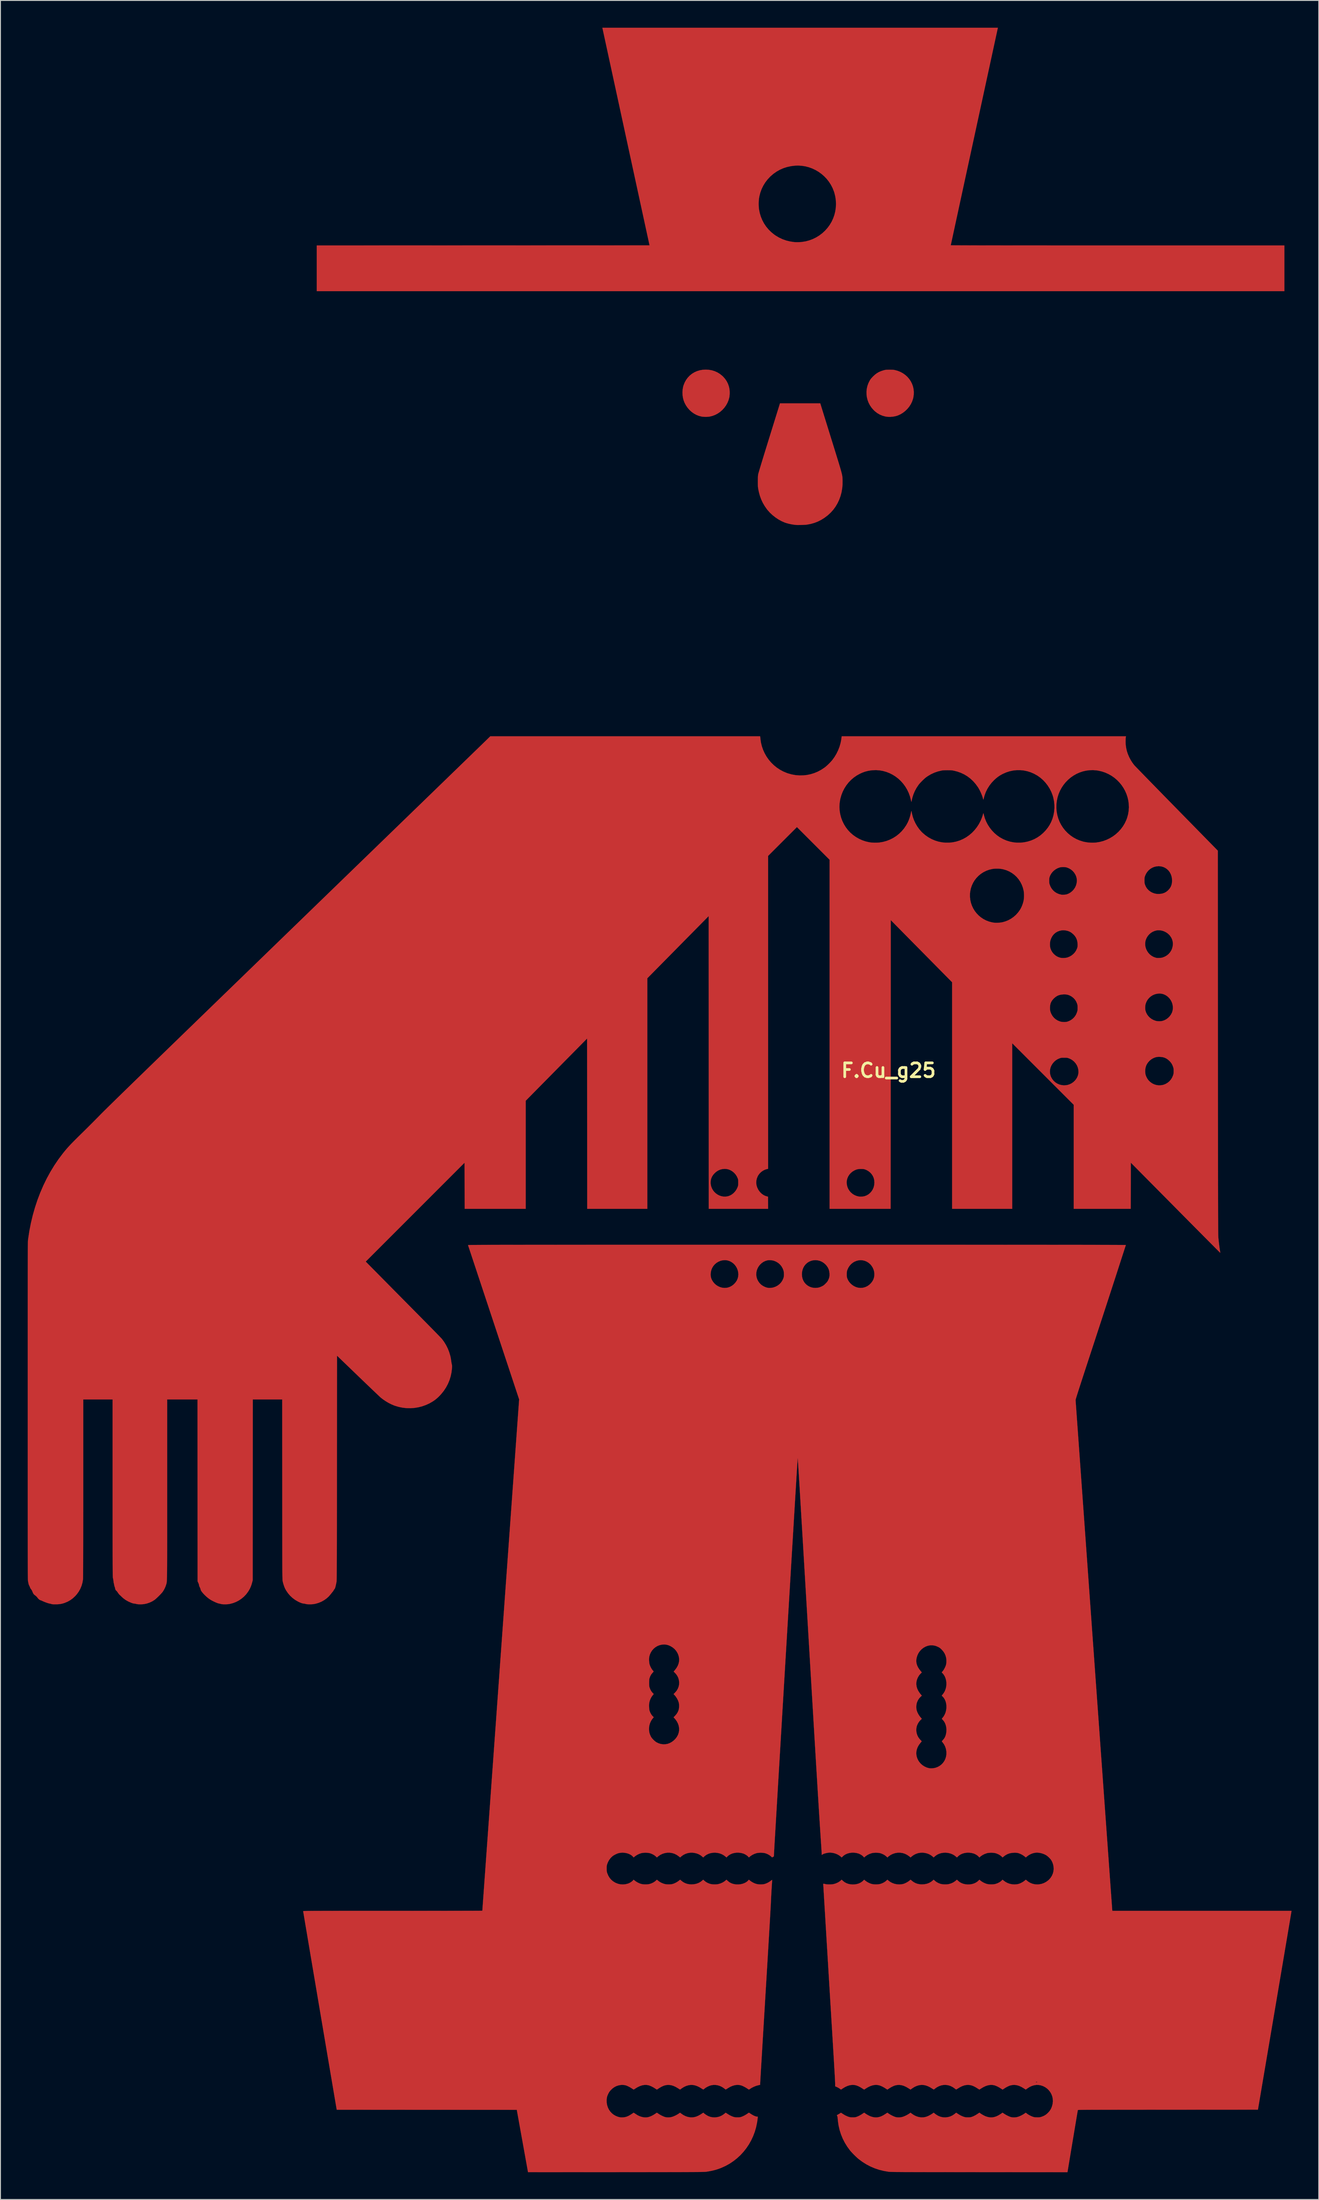
<source format=kicad_pcb>
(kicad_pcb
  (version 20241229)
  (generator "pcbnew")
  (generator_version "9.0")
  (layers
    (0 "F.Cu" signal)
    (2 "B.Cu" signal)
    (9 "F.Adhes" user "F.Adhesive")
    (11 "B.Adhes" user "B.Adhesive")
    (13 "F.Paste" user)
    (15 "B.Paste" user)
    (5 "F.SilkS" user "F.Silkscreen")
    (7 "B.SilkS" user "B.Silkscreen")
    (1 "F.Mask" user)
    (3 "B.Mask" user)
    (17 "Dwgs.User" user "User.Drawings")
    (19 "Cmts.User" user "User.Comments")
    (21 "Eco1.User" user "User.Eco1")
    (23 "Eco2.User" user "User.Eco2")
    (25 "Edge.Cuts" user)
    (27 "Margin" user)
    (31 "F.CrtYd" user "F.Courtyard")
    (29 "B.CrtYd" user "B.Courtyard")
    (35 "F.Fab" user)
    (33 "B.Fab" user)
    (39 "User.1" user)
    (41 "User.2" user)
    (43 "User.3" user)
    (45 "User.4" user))
  (footprint "F.Cu_g25"
    (layer "F.Cu")
    (at 94.874 114.855)
    (property "Reference" "F.Cu_g25" (at 0 0 0) (layer "F.SilkS") (effects (font (size 1.524 1.524) (thickness 0.3))))
    (attr through_hole)
    (fp_poly (pts (xy -19.805 -77.175) (xy -19.472 -77.116) (xy -19.156 -77.019) (xy -18.857 -76.884) (xy -18.578 -76.712) (xy -18.319 -76.504) (xy -18.234 -76.423) (xy -18.016 -76.178) (xy -17.837 -75.913) (xy -17.694 -75.63) (xy -17.59 -75.327) (xy -17.538 -75.091) (xy -17.514 -74.903) (xy -17.505 -74.693) (xy -17.509 -74.478) (xy -17.527 -74.275) (xy -17.548 -74.141) (xy -17.633 -73.829) (xy -17.755 -73.532) (xy -17.912 -73.251) (xy -18.1 -72.991) (xy -18.316 -72.754) (xy -18.558 -72.543) (xy -18.822 -72.361) (xy -19.105 -72.211) (xy -19.404 -72.097) (xy -19.716 -72.02) (xy -19.725 -72.019) (xy -19.859 -72.002) (xy -20.019 -71.993) (xy -20.191 -71.991) (xy -20.361 -71.996) (xy -20.513 -72.009) (xy -20.596 -72.021) (xy -20.892 -72.095) (xy -21.178 -72.209) (xy -21.449 -72.358) (xy -21.703 -72.539) (xy -21.936 -72.751) (xy -22.144 -72.988) (xy -22.325 -73.25) (xy -22.475 -73.532) (xy -22.58 -73.798) (xy -22.657 -74.089) (xy -22.701 -74.396) (xy -22.712 -74.709) (xy -22.689 -75.019) (xy -22.634 -75.316) (xy -22.585 -75.484) (xy -22.462 -75.788) (xy -22.306 -76.066) (xy -22.12 -76.317) (xy -21.905 -76.541) (xy -21.664 -76.734) (xy -21.399 -76.896) (xy -21.113 -77.024) (xy -20.808 -77.118) (xy -20.486 -77.175) (xy -20.151 -77.195) (xy -19.805 -77.175)) (stroke (width 0.01) (type solid)) (fill yes) (layer "F.Cu"))
    (fp_poly (pts (xy 0.272 -77.182) (xy 0.404 -77.179) (xy 0.51 -77.173) (xy 0.599 -77.163) (xy 0.679 -77.15) (xy 0.692 -77.147) (xy 1.018 -77.057) (xy 1.321 -76.933) (xy 1.601 -76.779) (xy 1.855 -76.597) (xy 2.083 -76.39) (xy 2.281 -76.159) (xy 2.449 -75.908) (xy 2.585 -75.639) (xy 2.688 -75.355) (xy 2.755 -75.058) (xy 2.786 -74.75) (xy 2.778 -74.435) (xy 2.731 -74.115) (xy 2.697 -73.976) (xy 2.596 -73.678) (xy 2.457 -73.392) (xy 2.284 -73.122) (xy 2.079 -72.872) (xy 1.848 -72.646) (xy 1.592 -72.446) (xy 1.317 -72.278) (xy 1.025 -72.145) (xy 0.979 -72.128) (xy 0.735 -72.058) (xy 0.473 -72.011) (xy 0.203 -71.989) (xy -0.061 -71.992) (xy -0.307 -72.023) (xy -0.343 -72.03) (xy -0.661 -72.117) (xy -0.957 -72.24) (xy -1.233 -72.4) (xy -1.491 -72.598) (xy -1.641 -72.738) (xy -1.861 -72.988) (xy -2.046 -73.258) (xy -2.196 -73.544) (xy -2.309 -73.843) (xy -2.386 -74.152) (xy -2.426 -74.466) (xy -2.429 -74.783) (xy -2.395 -75.099) (xy -2.323 -75.411) (xy -2.212 -75.714) (xy -2.063 -76.006) (xy -2.001 -76.105) (xy -1.956 -76.166) (xy -1.888 -76.247) (xy -1.805 -76.339) (xy -1.716 -76.432) (xy -1.684 -76.465) (xy -1.486 -76.646) (xy -1.286 -76.795) (xy -1.075 -76.918) (xy -0.844 -77.02) (xy -0.583 -77.106) (xy -0.513 -77.126) (xy -0.437 -77.145) (xy -0.369 -77.16) (xy -0.301 -77.17) (xy -0.224 -77.176) (xy -0.128 -77.18) (xy -0.006 -77.182) (xy 0.106 -77.183) (xy 0.272 -77.182)) (stroke (width 0.01) (type solid)) (fill yes) (layer "F.Cu"))
    (fp_poly (pts (xy -6.336 -69.649) (xy -6.189 -69.177) (xy -6.054 -68.743) (xy -5.931 -68.346) (xy -5.819 -67.983) (xy -5.717 -67.654) (xy -5.625 -67.355) (xy -5.542 -67.086) (xy -5.468 -66.844) (xy -5.403 -66.627) (xy -5.345 -66.433) (xy -5.295 -66.261) (xy -5.251 -66.109) (xy -5.214 -65.974) (xy -5.183 -65.855) (xy -5.156 -65.751) (xy -5.135 -65.658) (xy -5.117 -65.575) (xy -5.104 -65.5) (xy -5.093 -65.432) (xy -5.085 -65.368) (xy -5.08 -65.307) (xy -5.076 -65.247) (xy -5.073 -65.185) (xy -5.07 -65.12) (xy -5.068 -65.05) (xy -5.066 -64.992) (xy -5.068 -64.54) (xy -5.109 -64.096) (xy -5.186 -63.664) (xy -5.299 -63.246) (xy -5.447 -62.845) (xy -5.629 -62.462) (xy -5.844 -62.1) (xy -6.09 -61.762) (xy -6.368 -61.451) (xy -6.675 -61.168) (xy -6.715 -61.135) (xy -7.065 -60.871) (xy -7.421 -60.648) (xy -7.785 -60.464) (xy -8.163 -60.316) (xy -8.557 -60.203) (xy -8.973 -60.124) (xy -8.984 -60.122) (xy -9.074 -60.112) (xy -9.196 -60.103) (xy -9.342 -60.095) (xy -9.501 -60.088) (xy -9.665 -60.083) (xy -9.824 -60.08) (xy -9.968 -60.079) (xy -10.088 -60.08) (xy -10.171 -60.084) (xy -10.442 -60.115) (xy -10.719 -60.16) (xy -10.988 -60.218) (xy -11.239 -60.285) (xy -11.45 -60.356) (xy -11.799 -60.51) (xy -12.143 -60.7) (xy -12.475 -60.923) (xy -12.79 -61.172) (xy -13.079 -61.443) (xy -13.336 -61.731) (xy -13.413 -61.828) (xy -13.653 -62.172) (xy -13.858 -62.524) (xy -14.03 -62.891) (xy -14.172 -63.278) (xy -14.286 -63.69) (xy -14.356 -64.029) (xy -14.37 -64.115) (xy -14.382 -64.195) (xy -14.39 -64.276) (xy -14.396 -64.365) (xy -14.4 -64.47) (xy -14.402 -64.598) (xy -14.403 -64.756) (xy -14.403 -64.876) (xy -14.402 -65.075) (xy -14.399 -65.238) (xy -14.395 -65.371) (xy -14.388 -65.48) (xy -14.38 -65.572) (xy -14.368 -65.652) (xy -14.367 -65.659) (xy -14.356 -65.705) (xy -14.333 -65.791) (xy -14.297 -65.915) (xy -14.25 -66.076) (xy -14.191 -66.273) (xy -14.121 -66.506) (xy -14.041 -66.772) (xy -13.949 -67.072) (xy -13.848 -67.404) (xy -13.737 -67.766) (xy -13.616 -68.159) (xy -13.485 -68.58) (xy -13.346 -69.03) (xy -13.199 -69.506) (xy -13.148 -69.67) (xy -11.964 -73.48) (xy -7.525 -73.48) (xy -6.336 -69.649)) (stroke (width 0.01) (type solid)) (fill yes) (layer "F.Cu"))
    (fp_poly (pts (xy 12.037 -114.792) (xy 12.032 -114.768) (xy 12.018 -114.704) (xy 11.996 -114.601) (xy 11.965 -114.46) (xy 11.927 -114.282) (xy 11.881 -114.069) (xy 11.827 -113.821) (xy 11.766 -113.54) (xy 11.698 -113.227) (xy 11.623 -112.883) (xy 11.542 -112.509) (xy 11.455 -112.107) (xy 11.362 -111.677) (xy 11.263 -111.221) (xy 11.159 -110.74) (xy 11.049 -110.235) (xy 10.935 -109.707) (xy 10.815 -109.157) (xy 10.692 -108.587) (xy 10.564 -107.998) (xy 10.432 -107.39) (xy 10.297 -106.766) (xy 10.158 -106.126) (xy 10.016 -105.471) (xy 9.871 -104.803) (xy 9.723 -104.122) (xy 9.573 -103.43) (xy 9.442 -102.824) (xy 9.29 -102.123) (xy 9.14 -101.433) (xy 8.993 -100.755) (xy 8.849 -100.089) (xy 8.707 -99.437) (xy 8.569 -98.799) (xy 8.434 -98.178) (xy 8.303 -97.574) (xy 8.176 -96.988) (xy 8.054 -96.422) (xy 7.936 -95.877) (xy 7.822 -95.353) (xy 7.714 -94.853) (xy 7.611 -94.376) (xy 7.513 -93.925) (xy 7.421 -93.501) (xy 7.335 -93.104) (xy 7.256 -92.735) (xy 7.182 -92.397) (xy 7.116 -92.09) (xy 7.057 -91.815) (xy 7.004 -91.573) (xy 6.96 -91.367) (xy 6.923 -91.195) (xy 6.894 -91.061) (xy 6.873 -90.965) (xy 6.861 -90.908) (xy 6.858 -90.891) (xy 6.873 -90.89) (xy 6.92 -90.888) (xy 6.998 -90.887) (xy 7.109 -90.886) (xy 7.251 -90.884) (xy 7.426 -90.883) (xy 7.634 -90.882) (xy 7.875 -90.881) (xy 8.15 -90.88) (xy 8.46 -90.879) (xy 8.803 -90.878) (xy 9.181 -90.877) (xy 9.594 -90.876) (xy 10.043 -90.875) (xy 10.528 -90.875) (xy 11.048 -90.874) (xy 11.605 -90.873) (xy 12.199 -90.873) (xy 12.83 -90.872) (xy 13.499 -90.872) (xy 14.206 -90.871) (xy 14.951 -90.871) (xy 15.734 -90.87) (xy 16.557 -90.87) (xy 17.418 -90.87) (xy 18.32 -90.869) (xy 19.261 -90.869) (xy 20.243 -90.869) (xy 21.266 -90.869) (xy 22.329 -90.869) (xy 23.434 -90.869) (xy 24.581 -90.869) (xy 25.241 -90.868) (xy 43.624 -90.868) (xy 43.624 -85.831) (xy -63.013 -85.831) (xy -63.013 -90.868) (xy -26.339 -90.879) (xy -27.335 -95.468) (xy -14.311 -95.468) (xy -14.308 -95.257) (xy -14.298 -95.058) (xy -14.281 -94.885) (xy -14.277 -94.858) (xy -14.194 -94.439) (xy -14.073 -94.037) (xy -13.914 -93.653) (xy -13.72 -93.289) (xy -13.49 -92.947) (xy -13.226 -92.628) (xy -12.929 -92.335) (xy -12.6 -92.068) (xy -12.433 -91.952) (xy -12.069 -91.736) (xy -11.685 -91.556) (xy -11.282 -91.414) (xy -10.861 -91.31) (xy -10.425 -91.244) (xy -10.414 -91.243) (xy -10.318 -91.236) (xy -10.193 -91.233) (xy -10.05 -91.232) (xy -9.901 -91.234) (xy -9.759 -91.238) (xy -9.636 -91.245) (xy -9.572 -91.251) (xy -9.154 -91.317) (xy -8.749 -91.423) (xy -8.359 -91.567) (xy -7.987 -91.748) (xy -7.634 -91.964) (xy -7.303 -92.214) (xy -6.997 -92.496) (xy -6.719 -92.809) (xy -6.491 -93.119) (xy -6.278 -93.474) (xy -6.104 -93.846) (xy -5.967 -94.232) (xy -5.869 -94.629) (xy -5.81 -95.034) (xy -5.79 -95.443) (xy -5.809 -95.854) (xy -5.869 -96.264) (xy -5.969 -96.668) (xy -6.009 -96.794) (xy -6.159 -97.177) (xy -6.344 -97.539) (xy -6.561 -97.878) (xy -6.808 -98.194) (xy -7.084 -98.483) (xy -7.384 -98.745) (xy -7.706 -98.978) (xy -8.049 -99.18) (xy -8.409 -99.35) (xy -8.784 -99.485) (xy -9.172 -99.585) (xy -9.57 -99.647) (xy -9.975 -99.67) (xy -10.323 -99.657) (xy -10.763 -99.603) (xy -11.186 -99.511) (xy -11.589 -99.381) (xy -11.973 -99.213) (xy -12.337 -99.008) (xy -12.682 -98.766) (xy -13.006 -98.487) (xy -13.047 -98.448) (xy -13.337 -98.137) (xy -13.592 -97.803) (xy -13.809 -97.45) (xy -13.99 -97.077) (xy -14.132 -96.687) (xy -14.236 -96.28) (xy -14.277 -96.044) (xy -14.296 -95.875) (xy -14.307 -95.679) (xy -14.311 -95.468) (xy -27.335 -95.468) (xy -28.927 -102.806) (xy -29.079 -103.508) (xy -29.228 -104.198) (xy -29.376 -104.878) (xy -29.521 -105.545) (xy -29.662 -106.199) (xy -29.801 -106.837) (xy -29.936 -107.46) (xy -30.067 -108.066) (xy -30.195 -108.653) (xy -30.318 -109.221) (xy -30.436 -109.768) (xy -30.55 -110.293) (xy -30.659 -110.796) (xy -30.763 -111.274) (xy -30.861 -111.727) (xy -30.954 -112.154) (xy -31.04 -112.553) (xy -31.121 -112.924) (xy -31.195 -113.264) (xy -31.262 -113.574) (xy -31.322 -113.851) (xy -31.375 -114.095) (xy -31.42 -114.304) (xy -31.458 -114.478) (xy -31.487 -114.615) (xy -31.509 -114.713) (xy -31.521 -114.773) (xy -31.526 -114.792) (xy -31.537 -114.85) (xy 12.049 -114.85) (xy 12.037 -114.792)) (stroke (width 0.01) (type solid)) (fill yes) (layer "F.Cu"))
    (fp_poly (pts (xy 26.154 -36.741) (xy 26.142 -36.656) (xy 26.133 -36.54) (xy 26.128 -36.403) (xy 26.126 -36.256) (xy 26.127 -36.11) (xy 26.132 -35.976) (xy 26.139 -35.877) (xy 26.188 -35.522) (xy 26.262 -35.192) (xy 26.365 -34.874) (xy 26.5 -34.556) (xy 26.552 -34.449) (xy 26.696 -34.181) (xy 26.844 -33.944) (xy 27.003 -33.724) (xy 27.085 -33.621) (xy 27.111 -33.593) (xy 27.165 -33.535) (xy 27.247 -33.45) (xy 27.355 -33.338) (xy 27.488 -33.201) (xy 27.644 -33.039) (xy 27.823 -32.855) (xy 28.024 -32.649) (xy 28.245 -32.422) (xy 28.484 -32.177) (xy 28.742 -31.913) (xy 29.016 -31.632) (xy 29.306 -31.335) (xy 29.609 -31.024) (xy 29.927 -30.7) (xy 30.255 -30.364) (xy 30.595 -30.017) (xy 30.944 -29.66) (xy 31.302 -29.295) (xy 31.667 -28.923) (xy 31.757 -28.831) (xy 36.29 -24.208) (xy 36.302 -3.082) (xy 36.302 -1.941) (xy 36.303 -0.841) (xy 36.304 0.218) (xy 36.304 1.236) (xy 36.305 2.216) (xy 36.305 3.157) (xy 36.306 4.061) (xy 36.306 4.927) (xy 36.307 5.758) (xy 36.308 6.553) (xy 36.308 7.314) (xy 36.309 8.041) (xy 36.309 8.735) (xy 36.31 9.397) (xy 36.31 10.028) (xy 36.311 10.628) (xy 36.312 11.198) (xy 36.312 11.739) (xy 36.313 12.252) (xy 36.313 12.737) (xy 36.314 13.196) (xy 36.315 13.629) (xy 36.315 14.037) (xy 36.316 14.42) (xy 36.317 14.78) (xy 36.318 15.117) (xy 36.318 15.432) (xy 36.319 15.726) (xy 36.32 15.999) (xy 36.321 16.253) (xy 36.322 16.488) (xy 36.323 16.705) (xy 36.324 16.904) (xy 36.325 17.087) (xy 36.326 17.254) (xy 36.327 17.407) (xy 36.328 17.545) (xy 36.329 17.67) (xy 36.33 17.782) (xy 36.332 17.882) (xy 36.333 17.971) (xy 36.334 18.05) (xy 36.336 18.12) (xy 36.337 18.181) (xy 36.339 18.234) (xy 36.341 18.279) (xy 36.342 18.319) (xy 36.344 18.353) (xy 36.346 18.382) (xy 36.348 18.407) (xy 36.349 18.426) (xy 36.369 18.625) (xy 36.392 18.836) (xy 36.417 19.051) (xy 36.443 19.261) (xy 36.469 19.459) (xy 36.494 19.637) (xy 36.517 19.787) (xy 36.532 19.876) (xy 36.547 19.964) (xy 36.556 20.034) (xy 36.559 20.077) (xy 36.556 20.087) (xy 36.54 20.072) (xy 36.496 20.028) (xy 36.424 19.957) (xy 36.325 19.858) (xy 36.201 19.734) (xy 36.053 19.586) (xy 35.881 19.414) (xy 35.688 19.219) (xy 35.473 19.004) (xy 35.239 18.768) (xy 34.986 18.513) (xy 34.715 18.241) (xy 34.428 17.951) (xy 34.125 17.646) (xy 33.808 17.327) (xy 33.477 16.993) (xy 33.134 16.648) (xy 32.781 16.291) (xy 32.417 15.925) (xy 32.045 15.549) (xy 31.664 15.165) (xy 31.622 15.122) (xy 26.702 10.157) (xy 26.691 15.24) (xy 20.405 15.24) (xy 20.405 3.778) (xy 17.018 0.392) (xy 16.774 0.148) (xy 17.783 0.148) (xy 17.807 0.384) (xy 17.871 0.616) (xy 17.928 0.751) (xy 18.056 0.969) (xy 18.213 1.159) (xy 18.396 1.32) (xy 18.602 1.45) (xy 18.825 1.547) (xy 19.063 1.61) (xy 19.311 1.636) (xy 19.564 1.624) (xy 19.721 1.597) (xy 19.951 1.525) (xy 20.166 1.42) (xy 20.361 1.285) (xy 20.533 1.124) (xy 20.679 0.942) (xy 20.795 0.742) (xy 20.878 0.528) (xy 20.925 0.305) (xy 20.934 0.155) (xy 28.285 0.155) (xy 28.311 0.385) (xy 28.332 0.476) (xy 28.383 0.625) (xy 28.456 0.783) (xy 28.543 0.933) (xy 28.634 1.06) (xy 28.641 1.069) (xy 28.83 1.258) (xy 29.037 1.41) (xy 29.262 1.524) (xy 29.5 1.599) (xy 29.75 1.635) (xy 30.01 1.63) (xy 30.226 1.595) (xy 30.308 1.572) (xy 30.41 1.535) (xy 30.515 1.491) (xy 30.556 1.472) (xy 30.765 1.347) (xy 30.953 1.189) (xy 31.116 1.001) (xy 31.249 0.788) (xy 31.349 0.556) (xy 31.349 0.555) (xy 31.379 0.465) (xy 31.399 0.392) (xy 31.411 0.322) (xy 31.417 0.244) (xy 31.42 0.143) (xy 31.42 0.074) (xy 31.42 -0.051) (xy 31.415 -0.147) (xy 31.406 -0.225) (xy 31.39 -0.297) (xy 31.372 -0.36) (xy 31.291 -0.577) (xy 31.19 -0.766) (xy 31.061 -0.937) (xy 30.967 -1.037) (xy 30.787 -1.199) (xy 30.604 -1.322) (xy 30.412 -1.41) (xy 30.201 -1.467) (xy 29.966 -1.495) (xy 29.913 -1.498) (xy 29.732 -1.499) (xy 29.578 -1.486) (xy 29.435 -1.455) (xy 29.287 -1.403) (xy 29.154 -1.343) (xy 28.957 -1.227) (xy 28.774 -1.076) (xy 28.612 -0.9) (xy 28.479 -0.705) (xy 28.397 -0.537) (xy 28.328 -0.319) (xy 28.291 -0.084) (xy 28.285 0.155) (xy 20.934 0.155) (xy 20.934 0.154) (xy 20.913 -0.101) (xy 20.852 -0.346) (xy 20.753 -0.578) (xy 20.616 -0.792) (xy 20.443 -0.985) (xy 20.43 -0.997) (xy 20.234 -1.156) (xy 20.021 -1.278) (xy 19.844 -1.349) (xy 19.773 -1.372) (xy 19.711 -1.388) (xy 19.647 -1.398) (xy 19.572 -1.403) (xy 19.473 -1.406) (xy 19.357 -1.406) (xy 19.23 -1.406) (xy 19.135 -1.403) (xy 19.062 -1.397) (xy 19 -1.387) (xy 18.939 -1.37) (xy 18.87 -1.347) (xy 18.638 -1.248) (xy 18.432 -1.118) (xy 18.246 -0.954) (xy 18.078 -0.756) (xy 17.947 -0.543) (xy 17.854 -0.319) (xy 17.799 -0.088) (xy 17.783 0.148) (xy 16.774 0.148) (xy 13.631 -2.995) (xy 13.631 15.24) (xy 7.006 15.24) (xy 7.006 -6.9) (xy 17.792 -6.9) (xy 17.797 -6.73) (xy 17.816 -6.583) (xy 17.851 -6.446) (xy 17.907 -6.301) (xy 17.959 -6.19) (xy 18.087 -5.976) (xy 18.248 -5.787) (xy 18.437 -5.626) (xy 18.652 -5.496) (xy 18.888 -5.4) (xy 18.968 -5.377) (xy 19.105 -5.351) (xy 19.262 -5.338) (xy 19.422 -5.336) (xy 19.572 -5.347) (xy 19.675 -5.366) (xy 19.889 -5.441) (xy 20.096 -5.55) (xy 20.285 -5.687) (xy 20.447 -5.845) (xy 20.477 -5.882) (xy 20.568 -6.002) (xy 20.638 -6.111) (xy 20.695 -6.225) (xy 20.748 -6.359) (xy 20.767 -6.413) (xy 20.796 -6.499) (xy 20.815 -6.568) (xy 20.827 -6.634) (xy 20.833 -6.707) (xy 20.836 -6.801) (xy 20.836 -6.836) (xy 28.285 -6.836) (xy 28.297 -6.685) (xy 28.307 -6.632) (xy 28.377 -6.403) (xy 28.484 -6.189) (xy 28.624 -5.993) (xy 28.793 -5.819) (xy 28.988 -5.671) (xy 29.205 -5.554) (xy 29.439 -5.469) (xy 29.517 -5.45) (xy 29.644 -5.431) (xy 29.793 -5.422) (xy 29.945 -5.424) (xy 30.085 -5.437) (xy 30.157 -5.45) (xy 30.387 -5.526) (xy 30.604 -5.638) (xy 30.801 -5.784) (xy 30.975 -5.957) (xy 31.121 -6.155) (xy 31.233 -6.372) (xy 31.251 -6.417) (xy 31.315 -6.645) (xy 31.339 -6.878) (xy 31.326 -7.111) (xy 31.279 -7.341) (xy 31.197 -7.563) (xy 31.085 -7.771) (xy 30.943 -7.961) (xy 30.774 -8.129) (xy 30.579 -8.269) (xy 30.472 -8.327) (xy 30.295 -8.403) (xy 30.125 -8.449) (xy 29.943 -8.47) (xy 29.834 -8.472) (xy 29.584 -8.45) (xy 29.344 -8.389) (xy 29.119 -8.293) (xy 28.913 -8.163) (xy 28.729 -8.004) (xy 28.571 -7.817) (xy 28.443 -7.607) (xy 28.35 -7.375) (xy 28.331 -7.313) (xy 28.302 -7.167) (xy 28.287 -7.002) (xy 28.285 -6.836) (xy 20.836 -6.836) (xy 20.836 -6.9) (xy 20.835 -7.024) (xy 20.831 -7.117) (xy 20.822 -7.192) (xy 20.808 -7.26) (xy 20.787 -7.334) (xy 20.78 -7.355) (xy 20.681 -7.591) (xy 20.551 -7.798) (xy 20.389 -7.978) (xy 20.194 -8.132) (xy 20.019 -8.233) (xy 19.866 -8.301) (xy 19.715 -8.346) (xy 19.555 -8.372) (xy 19.373 -8.379) (xy 19.264 -8.377) (xy 19.017 -8.354) (xy 18.797 -8.302) (xy 18.596 -8.218) (xy 18.409 -8.1) (xy 18.229 -7.944) (xy 18.203 -7.918) (xy 18.051 -7.745) (xy 17.936 -7.567) (xy 17.857 -7.377) (xy 17.81 -7.17) (xy 17.792 -6.936) (xy 17.792 -6.9) (xy 7.006 -6.9) (xy 7.006 -9.716) (xy 2.978 -13.794) (xy 17.79 -13.794) (xy 17.806 -13.618) (xy 17.839 -13.466) (xy 17.84 -13.462) (xy 17.932 -13.227) (xy 18.054 -13.019) (xy 18.189 -12.854) (xy 18.369 -12.688) (xy 18.558 -12.561) (xy 18.766 -12.467) (xy 18.955 -12.412) (xy 19.076 -12.395) (xy 19.222 -12.388) (xy 19.38 -12.393) (xy 19.533 -12.408) (xy 19.668 -12.433) (xy 19.717 -12.446) (xy 19.96 -12.543) (xy 20.181 -12.673) (xy 20.377 -12.833) (xy 20.545 -13.019) (xy 20.68 -13.229) (xy 20.778 -13.451) (xy 20.804 -13.532) (xy 20.821 -13.602) (xy 20.831 -13.676) (xy 20.835 -13.765) (xy 20.836 -13.875) (xy 20.824 -14.048) (xy 28.284 -14.048) (xy 28.285 -13.814) (xy 28.324 -13.584) (xy 28.396 -13.361) (xy 28.5 -13.151) (xy 28.633 -12.956) (xy 28.792 -12.783) (xy 28.975 -12.636) (xy 29.18 -12.518) (xy 29.358 -12.449) (xy 29.447 -12.422) (xy 29.517 -12.404) (xy 29.581 -12.394) (xy 29.651 -12.39) (xy 29.741 -12.39) (xy 29.834 -12.393) (xy 30.003 -12.404) (xy 30.141 -12.427) (xy 30.215 -12.447) (xy 30.457 -12.543) (xy 30.675 -12.672) (xy 30.868 -12.832) (xy 31.031 -13.019) (xy 31.163 -13.229) (xy 31.251 -13.437) (xy 31.316 -13.688) (xy 31.339 -13.935) (xy 31.321 -14.175) (xy 31.262 -14.406) (xy 31.162 -14.628) (xy 31.022 -14.837) (xy 30.939 -14.935) (xy 30.77 -15.091) (xy 30.575 -15.223) (xy 30.361 -15.327) (xy 30.137 -15.4) (xy 29.908 -15.439) (xy 29.684 -15.443) (xy 29.586 -15.433) (xy 29.344 -15.375) (xy 29.118 -15.28) (xy 28.91 -15.152) (xy 28.726 -14.992) (xy 28.568 -14.806) (xy 28.44 -14.596) (xy 28.346 -14.365) (xy 28.321 -14.279) (xy 28.284 -14.048) (xy 20.824 -14.048) (xy 20.818 -14.138) (xy 20.762 -14.381) (xy 20.669 -14.605) (xy 20.538 -14.81) (xy 20.369 -14.998) (xy 20.161 -15.169) (xy 20.076 -15.227) (xy 19.92 -15.309) (xy 19.736 -15.374) (xy 19.537 -15.419) (xy 19.336 -15.442) (xy 19.145 -15.44) (xy 19.095 -15.434) (xy 18.842 -15.381) (xy 18.613 -15.293) (xy 18.407 -15.17) (xy 18.227 -15.015) (xy 18.074 -14.828) (xy 17.949 -14.61) (xy 17.853 -14.362) (xy 17.84 -14.319) (xy 17.807 -14.159) (xy 17.79 -13.979) (xy 17.79 -13.794) (xy 2.978 -13.794) (xy 0.243 -16.563) (xy 0.238 -0.661) (xy 0.233 15.24) (xy -6.498 15.24) (xy -6.498 12.328) (xy -4.614 12.328) (xy -4.593 12.586) (xy -4.532 12.831) (xy -4.432 13.062) (xy -4.292 13.277) (xy -4.159 13.43) (xy -3.97 13.594) (xy -3.755 13.726) (xy -3.522 13.824) (xy -3.277 13.883) (xy -3.272 13.884) (xy -3.14 13.895) (xy -2.986 13.894) (xy -2.83 13.882) (xy -2.69 13.859) (xy -2.658 13.851) (xy -2.439 13.773) (xy -2.235 13.658) (xy -2.05 13.51) (xy -1.889 13.334) (xy -1.757 13.133) (xy -1.657 12.912) (xy -1.638 12.858) (xy -1.577 12.602) (xy -1.556 12.344) (xy -1.575 12.091) (xy -1.633 11.847) (xy -1.64 11.825) (xy -1.738 11.607) (xy -1.871 11.407) (xy -2.035 11.23) (xy -2.226 11.08) (xy -2.44 10.961) (xy -2.572 10.908) (xy -2.647 10.884) (xy -2.712 10.867) (xy -2.78 10.857) (xy -2.861 10.852) (xy -2.967 10.849) (xy -3.027 10.849) (xy -3.196 10.852) (xy -3.337 10.865) (xy -3.461 10.89) (xy -3.583 10.929) (xy -3.715 10.987) (xy -3.759 11.008) (xy -3.972 11.134) (xy -4.159 11.29) (xy -4.318 11.469) (xy -4.445 11.669) (xy -4.539 11.884) (xy -4.596 12.11) (xy -4.614 12.328) (xy -6.498 12.328) (xy -6.498 -19.143) (xy 8.972 -19.143) (xy 9.006 -18.803) (xy 9.078 -18.473) (xy 9.186 -18.156) (xy 9.327 -17.855) (xy 9.5 -17.572) (xy 9.703 -17.31) (xy 9.932 -17.071) (xy 10.187 -16.857) (xy 10.465 -16.672) (xy 10.764 -16.518) (xy 11.082 -16.397) (xy 11.417 -16.312) (xy 11.647 -16.276) (xy 11.8 -16.266) (xy 11.977 -16.266) (xy 12.166 -16.276) (xy 12.349 -16.294) (xy 12.512 -16.32) (xy 12.516 -16.321) (xy 12.856 -16.411) (xy 13.181 -16.54) (xy 13.489 -16.706) (xy 13.776 -16.907) (xy 14.041 -17.14) (xy 14.279 -17.405) (xy 14.482 -17.687) (xy 14.602 -17.899) (xy 14.712 -18.141) (xy 14.804 -18.398) (xy 14.875 -18.659) (xy 14.883 -18.697) (xy 14.91 -18.864) (xy 14.926 -19.059) (xy 14.932 -19.266) (xy 14.926 -19.473) (xy 14.911 -19.665) (xy 14.892 -19.791) (xy 14.805 -20.138) (xy 14.682 -20.466) (xy 14.525 -20.773) (xy 14.432 -20.913) (xy 17.707 -20.913) (xy 17.709 -20.787) (xy 17.714 -20.69) (xy 17.725 -20.609) (xy 17.743 -20.532) (xy 17.756 -20.489) (xy 17.853 -20.242) (xy 17.984 -20.02) (xy 18.145 -19.826) (xy 18.334 -19.66) (xy 18.549 -19.527) (xy 18.787 -19.427) (xy 19.046 -19.363) (xy 19.061 -19.36) (xy 19.14 -19.354) (xy 19.246 -19.355) (xy 19.365 -19.361) (xy 19.483 -19.372) (xy 19.584 -19.387) (xy 19.643 -19.4) (xy 19.861 -19.487) (xy 20.067 -19.61) (xy 20.255 -19.764) (xy 20.419 -19.945) (xy 20.554 -20.147) (xy 20.655 -20.366) (xy 20.667 -20.399) (xy 20.733 -20.651) (xy 20.758 -20.896) (xy 20.754 -20.944) (xy 28.206 -20.944) (xy 28.206 -20.821) (xy 28.209 -20.729) (xy 28.216 -20.656) (xy 28.228 -20.59) (xy 28.247 -20.52) (xy 28.267 -20.459) (xy 28.361 -20.237) (xy 28.49 -20.037) (xy 28.65 -19.861) (xy 28.839 -19.711) (xy 29.052 -19.591) (xy 29.286 -19.503) (xy 29.507 -19.454) (xy 29.655 -19.442) (xy 29.825 -19.443) (xy 29.996 -19.457) (xy 30.153 -19.483) (xy 30.204 -19.496) (xy 30.405 -19.565) (xy 30.581 -19.659) (xy 30.745 -19.783) (xy 30.83 -19.864) (xy 30.984 -20.041) (xy 31.101 -20.228) (xy 31.182 -20.43) (xy 31.231 -20.654) (xy 31.248 -20.902) (xy 31.232 -21.165) (xy 31.181 -21.413) (xy 31.097 -21.642) (xy 30.982 -21.85) (xy 30.84 -22.034) (xy 30.672 -22.191) (xy 30.482 -22.319) (xy 30.271 -22.415) (xy 30.042 -22.476) (xy 29.797 -22.5) (xy 29.775 -22.5) (xy 29.52 -22.48) (xy 29.277 -22.421) (xy 29.049 -22.326) (xy 28.839 -22.197) (xy 28.652 -22.035) (xy 28.49 -21.845) (xy 28.358 -21.628) (xy 28.265 -21.41) (xy 28.241 -21.337) (xy 28.225 -21.272) (xy 28.214 -21.206) (xy 28.209 -21.126) (xy 28.206 -21.022) (xy 28.206 -20.944) (xy 20.754 -20.944) (xy 20.74 -21.135) (xy 20.681 -21.368) (xy 20.593 -21.569) (xy 20.456 -21.79) (xy 20.288 -21.981) (xy 20.091 -22.143) (xy 19.868 -22.272) (xy 19.653 -22.357) (xy 19.526 -22.386) (xy 19.373 -22.402) (xy 19.208 -22.406) (xy 19.048 -22.396) (xy 18.905 -22.373) (xy 18.881 -22.367) (xy 18.651 -22.286) (xy 18.435 -22.171) (xy 18.237 -22.025) (xy 18.063 -21.855) (xy 17.918 -21.664) (xy 17.806 -21.457) (xy 17.765 -21.349) (xy 17.74 -21.268) (xy 17.723 -21.197) (xy 17.713 -21.122) (xy 17.709 -21.03) (xy 17.707 -20.913) (xy 14.432 -20.913) (xy 14.336 -21.057) (xy 14.118 -21.316) (xy 13.871 -21.547) (xy 13.6 -21.749) (xy 13.305 -21.919) (xy 12.989 -22.055) (xy 12.654 -22.155) (xy 12.452 -22.196) (xy 12.275 -22.217) (xy 12.073 -22.229) (xy 11.862 -22.229) (xy 11.658 -22.22) (xy 11.477 -22.2) (xy 11.441 -22.194) (xy 11.097 -22.113) (xy 10.771 -21.996) (xy 10.465 -21.845) (xy 10.181 -21.661) (xy 9.921 -21.448) (xy 9.689 -21.208) (xy 9.484 -20.944) (xy 9.311 -20.656) (xy 9.171 -20.349) (xy 9.065 -20.025) (xy 8.998 -19.685) (xy 8.977 -19.492) (xy 8.972 -19.143) (xy -6.498 -19.143) (xy -6.498 -23.209) (xy -8.297 -25.008) (xy -10.096 -26.807) (xy -13.271 -23.633) (xy -13.271 10.831) (xy -13.393 10.857) (xy -13.623 10.929) (xy -13.839 11.038) (xy -14.037 11.179) (xy -14.21 11.349) (xy -14.354 11.542) (xy -14.425 11.672) (xy -14.519 11.912) (xy -14.57 12.155) (xy -14.58 12.4) (xy -14.549 12.643) (xy -14.476 12.883) (xy -14.363 13.118) (xy -14.317 13.193) (xy -14.16 13.402) (xy -13.982 13.577) (xy -13.786 13.716) (xy -13.575 13.819) (xy -13.433 13.863) (xy -13.282 13.902) (xy -13.271 15.24) (xy -19.812 15.24) (xy -19.813 12.395) (xy -19.605 12.395) (xy -19.598 12.501) (xy -19.554 12.74) (xy -19.473 12.964) (xy -19.361 13.171) (xy -19.22 13.357) (xy -19.053 13.52) (xy -18.866 13.657) (xy -18.661 13.766) (xy -18.443 13.844) (xy -18.215 13.888) (xy -17.981 13.896) (xy -17.744 13.865) (xy -17.69 13.852) (xy -17.477 13.776) (xy -17.274 13.662) (xy -17.087 13.516) (xy -16.92 13.34) (xy -16.778 13.141) (xy -16.665 12.922) (xy -16.629 12.831) (xy -16.603 12.756) (xy -16.585 12.693) (xy -16.574 12.632) (xy -16.567 12.562) (xy -16.565 12.472) (xy -16.564 12.351) (xy -16.564 12.34) (xy -16.565 12.217) (xy -16.567 12.125) (xy -16.573 12.055) (xy -16.584 11.997) (xy -16.6 11.939) (xy -16.624 11.874) (xy -16.729 11.648) (xy -16.866 11.443) (xy -17.028 11.263) (xy -17.214 11.111) (xy -17.417 10.989) (xy -17.634 10.901) (xy -17.861 10.85) (xy -18.043 10.838) (xy -18.301 10.858) (xy -18.545 10.919) (xy -18.775 11.019) (xy -18.989 11.158) (xy -19.166 11.314) (xy -19.334 11.507) (xy -19.462 11.71) (xy -19.549 11.924) (xy -19.596 12.152) (xy -19.605 12.395) (xy -19.813 12.395) (xy -19.817 -0.882) (xy -19.823 -17.003) (xy -23.204 -13.577) (xy -26.585 -10.152) (xy -26.585 15.24) (xy -33.21 15.24) (xy -33.216 5.861) (xy -33.221 -3.517) (xy -36.602 -0.092) (xy -39.983 3.334) (xy -39.984 9.287) (xy -39.984 15.24) (xy -46.715 15.24) (xy -46.72 12.7) (xy -46.725 10.16) (xy -52.172 15.606) (xy -57.618 21.052) (xy -55.306 23.39) (xy -55.006 23.693) (xy -54.69 24.013) (xy -54.361 24.346) (xy -54.023 24.687) (xy -53.68 25.034) (xy -53.335 25.382) (xy -52.993 25.728) (xy -52.657 26.068) (xy -52.332 26.397) (xy -52.02 26.712) (xy -51.726 27.009) (xy -51.454 27.284) (xy -51.207 27.534) (xy -51.171 27.57) (xy -50.938 27.806) (xy -50.711 28.036) (xy -50.493 28.258) (xy -50.285 28.469) (xy -50.089 28.669) (xy -49.908 28.854) (xy -49.744 29.023) (xy -49.598 29.173) (xy -49.472 29.303) (xy -49.369 29.411) (xy -49.29 29.494) (xy -49.237 29.551) (xy -49.216 29.575) (xy -48.975 29.903) (xy -48.759 30.259) (xy -48.572 30.636) (xy -48.418 31.026) (xy -48.301 31.421) (xy -48.273 31.538) (xy -48.248 31.663) (xy -48.224 31.801) (xy -48.204 31.93) (xy -48.196 31.993) (xy -48.181 32.108) (xy -48.161 32.228) (xy -48.139 32.335) (xy -48.132 32.365) (xy -48.115 32.438) (xy -48.105 32.503) (xy -48.101 32.572) (xy -48.102 32.656) (xy -48.109 32.768) (xy -48.112 32.804) (xy -48.165 33.255) (xy -48.258 33.693) (xy -48.39 34.118) (xy -48.562 34.527) (xy -48.771 34.919) (xy -49.018 35.292) (xy -49.301 35.643) (xy -49.456 35.811) (xy -49.633 35.988) (xy -49.8 36.138) (xy -49.968 36.273) (xy -50.15 36.401) (xy -50.209 36.44) (xy -50.585 36.66) (xy -50.98 36.843) (xy -51.389 36.989) (xy -51.809 37.097) (xy -52.238 37.167) (xy -52.672 37.198) (xy -53.108 37.191) (xy -53.543 37.144) (xy -53.973 37.058) (xy -54.396 36.932) (xy -54.474 36.904) (xy -54.788 36.773) (xy -55.11 36.61) (xy -55.426 36.422) (xy -55.726 36.217) (xy -55.965 36.03) (xy -56.003 35.995) (xy -56.07 35.934) (xy -56.164 35.846) (xy -56.282 35.734) (xy -56.424 35.6) (xy -56.587 35.445) (xy -56.769 35.272) (xy -56.969 35.081) (xy -57.184 34.875) (xy -57.413 34.656) (xy -57.654 34.425) (xy -57.905 34.184) (xy -58.164 33.935) (xy -58.43 33.68) (xy -58.473 33.638) (xy -60.78 31.417) (xy -60.791 43.77) (xy -60.792 44.637) (xy -60.793 45.462) (xy -60.793 46.247) (xy -60.794 46.993) (xy -60.795 47.701) (xy -60.795 48.371) (xy -60.796 49.005) (xy -60.797 49.604) (xy -60.797 50.169) (xy -60.798 50.701) (xy -60.799 51.201) (xy -60.799 51.67) (xy -60.8 52.108) (xy -60.801 52.518) (xy -60.802 52.9) (xy -60.802 53.254) (xy -60.803 53.583) (xy -60.804 53.887) (xy -60.805 54.167) (xy -60.806 54.424) (xy -60.807 54.659) (xy -60.808 54.874) (xy -60.809 55.068) (xy -60.81 55.244) (xy -60.812 55.402) (xy -60.813 55.544) (xy -60.814 55.67) (xy -60.816 55.781) (xy -60.817 55.878) (xy -60.819 55.963) (xy -60.821 56.036) (xy -60.823 56.099) (xy -60.824 56.152) (xy -60.826 56.197) (xy -60.829 56.234) (xy -60.831 56.265) (xy -60.833 56.29) (xy -60.835 56.311) (xy -60.838 56.328) (xy -60.839 56.335) (xy -60.861 56.448) (xy -60.888 56.582) (xy -60.918 56.718) (xy -60.936 56.794) (xy -60.965 56.91) (xy -60.992 56.994) (xy -61.018 57.056) (xy -61.05 57.107) (xy -61.07 57.133) (xy -61.115 57.193) (xy -61.148 57.246) (xy -61.159 57.269) (xy -61.179 57.307) (xy -61.22 57.365) (xy -61.271 57.429) (xy -61.273 57.431) (xy -61.335 57.506) (xy -61.408 57.597) (xy -61.478 57.686) (xy -61.489 57.7) (xy -61.695 57.937) (xy -61.933 58.151) (xy -62.199 58.34) (xy -62.487 58.502) (xy -62.792 58.631) (xy -63.108 58.727) (xy -63.319 58.77) (xy -63.454 58.787) (xy -63.603 58.797) (xy -63.758 58.801) (xy -63.909 58.799) (xy -64.047 58.791) (xy -64.161 58.778) (xy -64.241 58.759) (xy -64.326 58.735) (xy -64.415 58.72) (xy -64.457 58.717) (xy -64.559 58.704) (xy -64.69 58.666) (xy -64.847 58.606) (xy -65.025 58.524) (xy -65.066 58.504) (xy -65.385 58.32) (xy -65.679 58.103) (xy -65.946 57.855) (xy -66.183 57.58) (xy -66.388 57.28) (xy -66.505 57.068) (xy -66.557 56.951) (xy -66.612 56.806) (xy -66.667 56.644) (xy -66.716 56.479) (xy -66.756 56.323) (xy -66.774 56.24) (xy -66.777 56.223) (xy -66.78 56.204) (xy -66.782 56.182) (xy -66.785 56.155) (xy -66.787 56.122) (xy -66.79 56.083) (xy -66.792 56.035) (xy -66.794 55.979) (xy -66.796 55.912) (xy -66.797 55.834) (xy -66.799 55.743) (xy -66.801 55.639) (xy -66.802 55.519) (xy -66.803 55.384) (xy -66.805 55.231) (xy -66.806 55.06) (xy -66.807 54.87) (xy -66.808 54.659) (xy -66.809 54.426) (xy -66.81 54.171) (xy -66.81 53.891) (xy -66.811 53.586) (xy -66.812 53.255) (xy -66.813 52.896) (xy -66.813 52.508) (xy -66.814 52.091) (xy -66.814 51.642) (xy -66.815 51.162) (xy -66.815 50.648) (xy -66.816 50.099) (xy -66.816 49.515) (xy -66.816 48.895) (xy -66.817 48.236) (xy -66.817 47.539) (xy -66.818 46.801) (xy -66.818 46.138) (xy -66.824 36.237) (xy -70.061 36.237) (xy -70.067 46.191) (xy -70.073 56.145) (xy -70.129 56.367) (xy -70.205 56.635) (xy -70.293 56.875) (xy -70.398 57.1) (xy -70.527 57.324) (xy -70.585 57.415) (xy -70.795 57.695) (xy -71.036 57.95) (xy -71.305 58.176) (xy -71.596 58.372) (xy -71.907 58.535) (xy -72.233 58.662) (xy -72.57 58.751) (xy -72.675 58.77) (xy -72.809 58.787) (xy -72.959 58.797) (xy -73.114 58.801) (xy -73.265 58.799) (xy -73.402 58.791) (xy -73.517 58.778) (xy -73.597 58.759) (xy -73.669 58.736) (xy -73.731 58.721) (xy -73.759 58.717) (xy -73.826 58.706) (xy -73.923 58.677) (xy -74.042 58.632) (xy -74.177 58.576) (xy -74.32 58.51) (xy -74.464 58.44) (xy -74.602 58.366) (xy -74.727 58.294) (xy -74.802 58.246) (xy -74.949 58.141) (xy -75.097 58.023) (xy -75.241 57.896) (xy -75.377 57.765) (xy -75.502 57.635) (xy -75.612 57.508) (xy -75.703 57.391) (xy -75.77 57.286) (xy -75.809 57.199) (xy -75.819 57.147) (xy -75.829 57.101) (xy -75.854 57.032) (xy -75.891 56.952) (xy -75.904 56.928) (xy -75.96 56.806) (xy -75.986 56.712) (xy -75.988 56.686) (xy -76 56.615) (xy -76.032 56.519) (xy -76.068 56.438) (xy -76.147 56.272) (xy -76.158 36.237) (xy -79.502 36.237) (xy -79.502 46.135) (xy -79.502 46.916) (xy -79.502 47.656) (xy -79.502 48.356) (xy -79.502 49.017) (xy -79.502 49.64) (xy -79.502 50.227) (xy -79.502 50.778) (xy -79.502 51.295) (xy -79.502 51.779) (xy -79.503 52.231) (xy -79.503 52.652) (xy -79.504 53.043) (xy -79.504 53.406) (xy -79.505 53.742) (xy -79.506 54.051) (xy -79.507 54.336) (xy -79.508 54.596) (xy -79.51 54.834) (xy -79.511 55.05) (xy -79.513 55.246) (xy -79.515 55.422) (xy -79.518 55.58) (xy -79.52 55.722) (xy -79.523 55.847) (xy -79.526 55.958) (xy -79.53 56.055) (xy -79.533 56.14) (xy -79.537 56.214) (xy -79.542 56.278) (xy -79.547 56.332) (xy -79.552 56.38) (xy -79.557 56.42) (xy -79.563 56.455) (xy -79.569 56.486) (xy -79.576 56.513) (xy -79.583 56.539) (xy -79.591 56.563) (xy -79.599 56.588) (xy -79.607 56.615) (xy -79.616 56.644) (xy -79.62 56.659) (xy -79.686 56.849) (xy -79.775 57.049) (xy -79.878 57.242) (xy -79.988 57.413) (xy -80.006 57.437) (xy -80.072 57.519) (xy -80.164 57.621) (xy -80.272 57.737) (xy -80.392 57.858) (xy -80.516 57.98) (xy -80.637 58.095) (xy -80.749 58.196) (xy -80.845 58.277) (xy -80.902 58.321) (xy -81.154 58.476) (xy -81.431 58.606) (xy -81.722 58.706) (xy -82.005 58.769) (xy -82.154 58.788) (xy -82.315 58.799) (xy -82.479 58.802) (xy -82.635 58.798) (xy -82.774 58.786) (xy -82.884 58.767) (xy -82.913 58.759) (xy -83.001 58.736) (xy -83.09 58.721) (xy -83.144 58.717) (xy -83.224 58.706) (xy -83.336 58.675) (xy -83.461 58.63) (xy -83.791 58.484) (xy -84.085 58.317) (xy -84.344 58.127) (xy -84.519 57.967) (xy -84.593 57.893) (xy -84.666 57.823) (xy -84.726 57.768) (xy -84.747 57.75) (xy -84.793 57.702) (xy -84.852 57.63) (xy -84.913 57.546) (xy -84.942 57.503) (xy -84.996 57.424) (xy -85.048 57.357) (xy -85.09 57.313) (xy -85.107 57.3) (xy -85.148 57.263) (xy -85.189 57.2) (xy -85.221 57.125) (xy -85.237 57.054) (xy -85.238 57.042) (xy -85.247 56.989) (xy -85.268 56.92) (xy -85.28 56.891) (xy -85.307 56.816) (xy -85.33 56.724) (xy -85.342 56.661) (xy -85.356 56.579) (xy -85.372 56.507) (xy -85.384 56.467) (xy -85.396 56.419) (xy -85.408 56.342) (xy -85.418 56.254) (xy -85.42 56.234) (xy -85.432 56.13) (xy -85.451 56.02) (xy -85.472 55.928) (xy -85.473 55.925) (xy -85.476 55.914) (xy -85.479 55.901) (xy -85.482 55.885) (xy -85.485 55.866) (xy -85.487 55.841) (xy -85.49 55.81) (xy -85.492 55.771) (xy -85.494 55.724) (xy -85.496 55.667) (xy -85.498 55.6) (xy -85.499 55.52) (xy -85.501 55.427) (xy -85.502 55.32) (xy -85.504 55.197) (xy -85.505 55.057) (xy -85.506 54.9) (xy -85.507 54.724) (xy -85.508 54.528) (xy -85.509 54.31) (xy -85.509 54.071) (xy -85.51 53.807) (xy -85.511 53.519) (xy -85.511 53.205) (xy -85.512 52.864) (xy -85.512 52.495) (xy -85.512 52.096) (xy -85.513 51.667) (xy -85.513 51.207) (xy -85.513 50.713) (xy -85.513 50.186) (xy -85.513 49.624) (xy -85.513 49.025) (xy -85.513 48.389) (xy -85.513 47.715) (xy -85.513 47.001) (xy -85.513 46.245) (xy -85.513 36.237) (xy -88.752 36.237) (xy -88.752 46.043) (xy -88.752 46.937) (xy -88.752 47.79) (xy -88.752 48.6) (xy -88.753 49.368) (xy -88.753 50.094) (xy -88.754 50.777) (xy -88.754 51.419) (xy -88.755 52.019) (xy -88.756 52.577) (xy -88.757 53.093) (xy -88.758 53.567) (xy -88.759 54) (xy -88.76 54.391) (xy -88.761 54.74) (xy -88.763 55.048) (xy -88.764 55.314) (xy -88.766 55.538) (xy -88.767 55.722) (xy -88.769 55.863) (xy -88.771 55.964) (xy -88.773 56.023) (xy -88.774 56.038) (xy -88.836 56.409) (xy -88.936 56.76) (xy -89.073 57.091) (xy -89.247 57.402) (xy -89.459 57.694) (xy -89.629 57.886) (xy -89.89 58.13) (xy -90.174 58.338) (xy -90.48 58.511) (xy -90.805 58.646) (xy -90.849 58.661) (xy -91.033 58.716) (xy -91.211 58.756) (xy -91.393 58.782) (xy -91.593 58.796) (xy -91.819 58.8) (xy -91.959 58.799) (xy -92.065 58.796) (xy -92.145 58.79) (xy -92.207 58.781) (xy -92.261 58.767) (xy -92.287 58.759) (xy -92.36 58.736) (xy -92.426 58.72) (xy -92.456 58.717) (xy -92.507 58.708) (xy -92.589 58.686) (xy -92.693 58.654) (xy -92.81 58.613) (xy -92.932 58.568) (xy -93.051 58.521) (xy -93.158 58.476) (xy -93.212 58.451) (xy -93.297 58.411) (xy -93.369 58.38) (xy -93.418 58.36) (xy -93.435 58.356) (xy -93.492 58.34) (xy -93.565 58.299) (xy -93.643 58.239) (xy -93.715 58.169) (xy -93.765 58.107) (xy -93.863 57.982) (xy -93.98 57.87) (xy -94.113 57.77) (xy -94.191 57.701) (xy -94.259 57.606) (xy -94.321 57.478) (xy -94.363 57.367) (xy -94.397 57.291) (xy -94.449 57.204) (xy -94.497 57.137) (xy -94.545 57.075) (xy -94.579 57.023) (xy -94.594 56.992) (xy -94.594 56.991) (xy -94.603 56.961) (xy -94.627 56.902) (xy -94.661 56.825) (xy -94.689 56.767) (xy -94.73 56.678) (xy -94.762 56.599) (xy -94.781 56.539) (xy -94.785 56.517) (xy -94.79 56.47) (xy -94.805 56.397) (xy -94.825 56.314) (xy -94.827 56.305) (xy -94.83 56.295) (xy -94.832 56.285) (xy -94.834 56.274) (xy -94.836 56.259) (xy -94.838 56.242) (xy -94.84 56.22) (xy -94.842 56.194) (xy -94.844 56.161) (xy -94.846 56.122) (xy -94.847 56.076) (xy -94.849 56.021) (xy -94.85 55.957) (xy -94.852 55.884) (xy -94.853 55.799) (xy -94.854 55.703) (xy -94.855 55.595) (xy -94.856 55.473) (xy -94.858 55.337) (xy -94.859 55.186) (xy -94.859 55.019) (xy -94.86 54.836) (xy -94.861 54.636) (xy -94.862 54.417) (xy -94.863 54.179) (xy -94.863 53.921) (xy -94.864 53.642) (xy -94.865 53.342) (xy -94.865 53.02) (xy -94.866 52.674) (xy -94.866 52.304) (xy -94.866 51.909) (xy -94.867 51.489) (xy -94.867 51.042) (xy -94.867 50.567) (xy -94.868 50.064) (xy -94.868 49.533) (xy -94.868 48.971) (xy -94.868 48.379) (xy -94.868 47.755) (xy -94.869 47.099) (xy -94.869 46.409) (xy -94.869 45.686) (xy -94.869 44.927) (xy -94.869 44.133) (xy -94.869 43.303) (xy -94.869 42.435) (xy -94.869 41.528) (xy -94.869 40.583) (xy -94.869 39.598) (xy -94.869 38.572) (xy -94.869 36.461) (xy -94.869 35.436) (xy -94.869 34.452) (xy -94.869 33.507) (xy -94.869 32.602) (xy -94.869 31.735) (xy -94.869 30.905) (xy -94.869 30.111) (xy -94.869 29.353) (xy -94.869 28.63) (xy -94.869 27.941) (xy -94.868 27.285) (xy -94.868 26.661) (xy -94.868 26.069) (xy -94.868 25.507) (xy -94.868 24.975) (xy -94.867 24.472) (xy -94.867 23.997) (xy -94.867 23.549) (xy -94.866 23.128) (xy -94.866 22.732) (xy -94.866 22.361) (xy -94.865 22.014) (xy -94.865 21.69) (xy -94.864 21.388) (xy -94.863 21.107) (xy -94.863 20.847) (xy -94.862 20.607) (xy -94.861 20.385) (xy -94.86 20.182) (xy -94.859 19.996) (xy -94.859 19.826) (xy -94.858 19.671) (xy -94.856 19.532) (xy -94.855 19.406) (xy -94.854 19.293) (xy -94.853 19.192) (xy -94.851 19.102) (xy -94.85 19.023) (xy -94.849 18.954) (xy -94.847 18.893) (xy -94.845 18.841) (xy -94.844 18.795) (xy -94.842 18.756) (xy -94.84 18.722) (xy -94.838 18.693) (xy -94.836 18.668) (xy -94.834 18.645) (xy -94.832 18.625) (xy -94.829 18.605) (xy -94.827 18.587) (xy -94.826 18.582) (xy -94.689 17.686) (xy -94.517 16.805) (xy -94.31 15.94) (xy -94.069 15.093) (xy -93.795 14.265) (xy -93.487 13.457) (xy -93.148 12.671) (xy -92.777 11.909) (xy -92.375 11.173) (xy -91.942 10.462) (xy -91.48 9.78) (xy -90.989 9.128) (xy -90.931 9.056) (xy -90.815 8.912) (xy -90.7 8.774) (xy -90.584 8.638) (xy -90.465 8.502) (xy -90.338 8.362) (xy -90.202 8.216) (xy -90.053 8.059) (xy -89.888 7.89) (xy -89.705 7.705) (xy -89.501 7.501) (xy -89.273 7.275) (xy -89.017 7.024) (xy -88.94 6.948) (xy -88.725 6.737) (xy -88.494 6.51) (xy -88.254 6.272) (xy -88.01 6.028) (xy -87.767 5.786) (xy -87.531 5.549) (xy -87.309 5.325) (xy -87.104 5.118) (xy -86.924 4.934) (xy -86.91 4.919) (xy -86.839 4.846) (xy -86.754 4.761) (xy -86.654 4.661) (xy -86.54 4.547) (xy -86.411 4.418) (xy -86.265 4.275) (xy -86.103 4.115) (xy -85.924 3.939) (xy -85.727 3.746) (xy -85.512 3.535) (xy -85.279 3.307) (xy -85.026 3.06) (xy -84.753 2.794) (xy -84.46 2.508) (xy -84.147 2.203) (xy -83.811 1.876) (xy -83.454 1.529) (xy -83.074 1.159) (xy -82.671 0.768) (xy -82.244 0.353) (xy -81.793 -0.085) (xy -81.318 -0.546) (xy -80.817 -1.032) (xy -80.29 -1.543) (xy -79.737 -2.08) (xy -79.156 -2.643) (xy -78.548 -3.232) (xy -77.913 -3.848) (xy -77.248 -4.492) (xy -76.554 -5.164) (xy -75.831 -5.865) (xy -75.629 -6.061) (xy -75.052 -6.619) (xy -74.478 -7.176) (xy -73.906 -7.73) (xy -73.338 -8.28) (xy -72.775 -8.825) (xy -72.218 -9.365) (xy -71.668 -9.898) (xy -71.125 -10.423) (xy -70.592 -10.94) (xy -70.068 -11.448) (xy -69.555 -11.945) (xy -69.053 -12.431) (xy -68.565 -12.904) (xy -68.09 -13.364) (xy -67.63 -13.809) (xy -67.186 -14.24) (xy -66.758 -14.654) (xy -66.349 -15.05) (xy -65.958 -15.429) (xy -65.587 -15.789) (xy -65.236 -16.128) (xy -64.908 -16.446) (xy -64.602 -16.743) (xy -64.32 -17.016) (xy -64.062 -17.265) (xy -63.831 -17.49) (xy -63.626 -17.688) (xy -63.449 -17.86) (xy -63.3 -18.004) (xy -63.214 -18.087) (xy -63.07 -18.227) (xy -62.897 -18.395) (xy -62.695 -18.59) (xy -62.467 -18.811) (xy -62.214 -19.056) (xy -61.936 -19.326) (xy -61.634 -19.617) (xy -61.311 -19.93) (xy -60.967 -20.263) (xy -60.604 -20.615) (xy -60.222 -20.985) (xy -59.823 -21.371) (xy -59.408 -21.773) (xy -58.979 -22.189) (xy -58.536 -22.618) (xy -58.081 -23.059) (xy -57.614 -23.511) (xy -57.138 -23.972) (xy -56.653 -24.441) (xy -56.161 -24.918) (xy -55.663 -25.4) (xy -55.159 -25.888) (xy -54.652 -26.379) (xy -54.142 -26.873) (xy -53.631 -27.368) (xy -53.139 -27.844) (xy -52.641 -28.327) (xy -52.148 -28.804) (xy -51.919 -29.026) (xy -5.412 -29.026) (xy -5.389 -28.628) (xy -5.328 -28.234) (xy -5.227 -27.848) (xy -5.088 -27.474) (xy -4.912 -27.114) (xy -4.699 -26.772) (xy -4.484 -26.49) (xy -4.217 -26.202) (xy -3.92 -25.942) (xy -3.597 -25.713) (xy -3.253 -25.515) (xy -2.892 -25.352) (xy -2.517 -25.226) (xy -2.133 -25.138) (xy -1.916 -25.107) (xy -1.765 -25.095) (xy -1.591 -25.088) (xy -1.407 -25.086) (xy -1.23 -25.09) (xy -1.075 -25.1) (xy -1.027 -25.105) (xy -0.619 -25.172) (xy -0.226 -25.278) (xy 0.151 -25.423) (xy 0.509 -25.603) (xy 0.846 -25.818) (xy 1.16 -26.067) (xy 1.449 -26.348) (xy 1.711 -26.659) (xy 1.942 -26.999) (xy 1.976 -27.056) (xy 2.107 -27.296) (xy 2.219 -27.543) (xy 2.315 -27.804) (xy 2.399 -28.088) (xy 2.472 -28.403) (xy 2.494 -28.512) (xy 2.503 -28.554) (xy 2.511 -28.575) (xy 2.52 -28.572) (xy 2.531 -28.541) (xy 2.546 -28.477) (xy 2.565 -28.378) (xy 2.579 -28.306) (xy 2.67 -27.941) (xy 2.798 -27.58) (xy 2.962 -27.228) (xy 3.158 -26.891) (xy 3.382 -26.577) (xy 3.63 -26.291) (xy 3.75 -26.173) (xy 4.063 -25.907) (xy 4.396 -25.676) (xy 4.747 -25.483) (xy 5.113 -25.326) (xy 5.491 -25.208) (xy 5.879 -25.129) (xy 6.273 -25.089) (xy 6.672 -25.089) (xy 7.073 -25.13) (xy 7.466 -25.211) (xy 7.845 -25.33) (xy 8.21 -25.488) (xy 8.558 -25.682) (xy 8.886 -25.911) (xy 9.192 -26.172) (xy 9.473 -26.464) (xy 9.728 -26.784) (xy 9.954 -27.13) (xy 10.138 -27.48) (xy 10.206 -27.632) (xy 10.272 -27.799) (xy 10.333 -27.965) (xy 10.383 -28.119) (xy 10.414 -28.233) (xy 10.43 -28.291) (xy 10.446 -28.325) (xy 10.455 -28.328) (xy 10.466 -28.3) (xy 10.483 -28.242) (xy 10.503 -28.165) (xy 10.508 -28.141) (xy 10.612 -27.778) (xy 10.754 -27.422) (xy 10.932 -27.078) (xy 11.144 -26.75) (xy 11.385 -26.443) (xy 11.653 -26.16) (xy 11.945 -25.907) (xy 12.257 -25.686) (xy 12.275 -25.675) (xy 12.63 -25.479) (xy 12.999 -25.322) (xy 13.378 -25.205) (xy 13.765 -25.127) (xy 14.158 -25.089) (xy 14.553 -25.09) (xy 14.947 -25.132) (xy 15.339 -25.213) (xy 15.724 -25.334) (xy 16.076 -25.484) (xy 16.41 -25.668) (xy 16.729 -25.889) (xy 17.028 -26.143) (xy 17.303 -26.425) (xy 17.55 -26.733) (xy 17.739 -27.019) (xy 17.921 -27.363) (xy 18.067 -27.726) (xy 18.176 -28.103) (xy 18.248 -28.491) (xy 18.282 -28.885) (xy 18.282 -28.903) (xy 18.495 -28.903) (xy 18.529 -28.505) (xy 18.601 -28.117) (xy 18.709 -27.743) (xy 18.852 -27.383) (xy 19.028 -27.042) (xy 19.236 -26.72) (xy 19.474 -26.421) (xy 19.741 -26.146) (xy 20.034 -25.897) (xy 20.351 -25.677) (xy 20.692 -25.488) (xy 21.055 -25.333) (xy 21.438 -25.212) (xy 21.57 -25.18) (xy 21.943 -25.116) (xy 22.325 -25.086) (xy 22.702 -25.09) (xy 22.877 -25.105) (xy 23.277 -25.169) (xy 23.666 -25.271) (xy 24.039 -25.41) (xy 24.396 -25.583) (xy 24.734 -25.788) (xy 25.049 -26.024) (xy 25.34 -26.289) (xy 25.603 -26.579) (xy 25.837 -26.894) (xy 26.039 -27.232) (xy 26.207 -27.589) (xy 26.298 -27.838) (xy 26.402 -28.22) (xy 26.465 -28.603) (xy 26.488 -28.985) (xy 26.474 -29.364) (xy 26.424 -29.736) (xy 26.339 -30.101) (xy 26.22 -30.456) (xy 26.07 -30.797) (xy 25.889 -31.124) (xy 25.679 -31.434) (xy 25.442 -31.724) (xy 25.178 -31.993) (xy 24.891 -32.238) (xy 24.58 -32.456) (xy 24.247 -32.645) (xy 23.895 -32.804) (xy 23.523 -32.93) (xy 23.135 -33.02) (xy 22.938 -33.051) (xy 22.545 -33.082) (xy 22.158 -33.072) (xy 21.779 -33.024) (xy 21.411 -32.94) (xy 21.054 -32.82) (xy 20.712 -32.667) (xy 20.386 -32.482) (xy 20.079 -32.268) (xy 19.793 -32.026) (xy 19.529 -31.757) (xy 19.291 -31.465) (xy 19.079 -31.149) (xy 18.897 -30.813) (xy 18.746 -30.458) (xy 18.628 -30.086) (xy 18.545 -29.698) (xy 18.502 -29.311) (xy 18.495 -28.903) (xy 18.282 -28.903) (xy 18.278 -29.282) (xy 18.236 -29.678) (xy 18.155 -30.068) (xy 18.087 -30.303) (xy 17.943 -30.676) (xy 17.763 -31.034) (xy 17.55 -31.373) (xy 17.306 -31.69) (xy 17.035 -31.981) (xy 16.739 -32.242) (xy 16.421 -32.468) (xy 16.394 -32.485) (xy 16.037 -32.684) (xy 15.668 -32.843) (xy 15.289 -32.962) (xy 14.904 -33.041) (xy 14.515 -33.079) (xy 14.124 -33.078) (xy 13.734 -33.037) (xy 13.347 -32.955) (xy 12.967 -32.832) (xy 12.595 -32.669) (xy 12.552 -32.647) (xy 12.302 -32.508) (xy 12.075 -32.357) (xy 11.857 -32.185) (xy 11.635 -31.984) (xy 11.634 -31.983) (xy 11.356 -31.687) (xy 11.111 -31.369) (xy 10.899 -31.032) (xy 10.724 -30.68) (xy 10.588 -30.317) (xy 10.508 -30.025) (xy 10.489 -29.944) (xy 10.471 -29.88) (xy 10.458 -29.842) (xy 10.455 -29.838) (xy 10.443 -29.847) (xy 10.426 -29.887) (xy 10.414 -29.933) (xy 10.36 -30.122) (xy 10.285 -30.333) (xy 10.194 -30.555) (xy 10.092 -30.776) (xy 9.982 -30.986) (xy 9.872 -31.174) (xy 9.848 -31.21) (xy 9.594 -31.56) (xy 9.314 -31.876) (xy 9.011 -32.157) (xy 8.685 -32.403) (xy 8.336 -32.613) (xy 7.965 -32.787) (xy 7.573 -32.925) (xy 7.228 -33.012) (xy 7.131 -33.032) (xy 7.047 -33.047) (xy 6.967 -33.057) (xy 6.882 -33.064) (xy 6.782 -33.068) (xy 6.659 -33.07) (xy 6.503 -33.071) (xy 6.498 -33.071) (xy 6.316 -33.07) (xy 6.168 -33.066) (xy 6.047 -33.06) (xy 5.946 -33.05) (xy 5.858 -33.036) (xy 5.853 -33.035) (xy 5.44 -32.937) (xy 5.048 -32.802) (xy 4.676 -32.63) (xy 4.323 -32.421) (xy 4.138 -32.291) (xy 4.037 -32.21) (xy 3.918 -32.104) (xy 3.788 -31.982) (xy 3.657 -31.852) (xy 3.532 -31.722) (xy 3.422 -31.6) (xy 3.334 -31.494) (xy 3.315 -31.469) (xy 3.089 -31.133) (xy 2.898 -30.781) (xy 2.743 -30.418) (xy 2.626 -30.049) (xy 2.58 -29.849) (xy 2.561 -29.753) (xy 2.543 -29.671) (xy 2.53 -29.613) (xy 2.524 -29.591) (xy 2.516 -29.598) (xy 2.502 -29.639) (xy 2.483 -29.709) (xy 2.463 -29.799) (xy 2.462 -29.803) (xy 2.358 -30.2) (xy 2.219 -30.58) (xy 2.047 -30.938) (xy 1.845 -31.275) (xy 1.614 -31.589) (xy 1.358 -31.877) (xy 1.078 -32.139) (xy 0.776 -32.372) (xy 0.455 -32.575) (xy 0.117 -32.746) (xy -0.237 -32.884) (xy -0.603 -32.987) (xy -0.979 -33.054) (xy -1.364 -33.082) (xy -1.755 -33.071) (xy -1.941 -33.051) (xy -2.271 -32.995) (xy -2.58 -32.916) (xy -2.881 -32.808) (xy -3.146 -32.689) (xy -3.498 -32.495) (xy -3.827 -32.267) (xy -4.13 -32.008) (xy -4.406 -31.72) (xy -4.653 -31.405) (xy -4.869 -31.066) (xy -5.052 -30.705) (xy -5.2 -30.325) (xy -5.311 -29.929) (xy -5.333 -29.826) (xy -5.393 -29.427) (xy -5.412 -29.026) (xy -51.919 -29.026) (xy -51.661 -29.275) (xy -51.182 -29.739) (xy -50.712 -30.195) (xy -50.251 -30.641) (xy -49.8 -31.078) (xy -49.361 -31.503) (xy -48.934 -31.916) (xy -48.521 -32.317) (xy -48.122 -32.704) (xy -47.738 -33.075) (xy -47.37 -33.432) (xy -47.02 -33.771) (xy -46.688 -34.093) (xy -46.375 -34.396) (xy -46.082 -34.68) (xy -45.81 -34.943) (xy -45.56 -35.185) (xy -45.334 -35.404) (xy -45.132 -35.6) (xy -44.954 -35.772) (xy -44.803 -35.919) (xy -44.679 -36.04) (xy -44.582 -36.133) (xy -44.515 -36.199) (xy -44.492 -36.22) (xy -43.889 -36.808) (xy -29.019 -36.808) (xy -14.148 -36.809) (xy -14.123 -36.546) (xy -14.062 -36.121) (xy -13.962 -35.709) (xy -13.824 -35.312) (xy -13.651 -34.931) (xy -13.445 -34.57) (xy -13.206 -34.229) (xy -12.938 -33.913) (xy -12.641 -33.622) (xy -12.319 -33.36) (xy -11.971 -33.128) (xy -11.601 -32.929) (xy -11.21 -32.765) (xy -11.098 -32.726) (xy -10.68 -32.608) (xy -10.258 -32.531) (xy -9.835 -32.496) (xy -9.414 -32.501) (xy -8.997 -32.545) (xy -8.587 -32.63) (xy -8.186 -32.753) (xy -7.796 -32.915) (xy -7.421 -33.116) (xy -7.063 -33.354) (xy -6.964 -33.429) (xy -6.859 -33.516) (xy -6.737 -33.627) (xy -6.605 -33.753) (xy -6.474 -33.884) (xy -6.352 -34.013) (xy -6.248 -34.129) (xy -6.203 -34.184) (xy -5.959 -34.52) (xy -5.742 -34.881) (xy -5.557 -35.259) (xy -5.405 -35.648) (xy -5.291 -36.04) (xy -5.264 -36.163) (xy -5.241 -36.275) (xy -5.221 -36.384) (xy -5.205 -36.477) (xy -5.197 -36.534) (xy -5.187 -36.617) (xy -5.177 -36.697) (xy -5.173 -36.729) (xy -5.161 -36.809) (xy 26.167 -36.809) (xy 26.154 -36.741)) (stroke (width 0.01) (type solid)) (fill yes) (layer "F.Cu"))
    (fp_poly (pts (xy -8.549 19.198) (xy -7.045 19.198) (xy -5.582 19.198) (xy -4.16 19.198) (xy -2.778 19.198) (xy -1.436 19.198) (xy -0.133 19.198) (xy 1.131 19.199) (xy 2.357 19.199) (xy 3.545 19.199) (xy 4.696 19.199) (xy 5.81 19.199) (xy 6.888 19.199) (xy 7.93 19.199) (xy 8.937 19.2) (xy 9.909 19.2) (xy 10.847 19.2) (xy 11.751 19.2) (xy 12.622 19.2) (xy 13.461 19.201) (xy 14.267 19.201) (xy 15.041 19.201) (xy 15.785 19.202) (xy 16.497 19.202) (xy 17.18 19.202) (xy 17.833 19.203) (xy 18.456 19.203) (xy 19.052 19.204) (xy 19.619 19.204) (xy 20.158 19.204) (xy 20.67 19.205) (xy 21.156 19.205) (xy 21.616 19.206) (xy 22.05 19.207) (xy 22.459 19.207) (xy 22.843 19.208) (xy 23.203 19.208) (xy 23.54 19.209) (xy 23.854 19.21) (xy 24.145 19.21) (xy 24.414 19.211) (xy 24.662 19.212) (xy 24.889 19.213) (xy 25.095 19.213) (xy 25.281 19.214) (xy 25.448 19.215) (xy 25.595 19.216) (xy 25.725 19.217) (xy 25.836 19.218) (xy 25.93 19.219) (xy 26.007 19.22) (xy 26.067 19.221) (xy 26.112 19.222) (xy 26.141 19.223) (xy 26.155 19.224) (xy 26.156 19.225) (xy 26.149 19.248) (xy 26.129 19.308) (xy 26.097 19.405) (xy 26.055 19.535) (xy 26.003 19.696) (xy 25.942 19.885) (xy 25.872 20.101) (xy 25.794 20.341) (xy 25.709 20.603) (xy 25.618 20.884) (xy 25.522 21.182) (xy 25.42 21.495) (xy 25.315 21.821) (xy 25.243 22.045) (xy 25.155 22.315) (xy 25.056 22.622) (xy 24.945 22.963) (xy 24.823 23.337) (xy 24.692 23.739) (xy 24.553 24.167) (xy 24.406 24.618) (xy 24.252 25.09) (xy 24.092 25.579) (xy 23.928 26.083) (xy 23.759 26.599) (xy 23.588 27.123) (xy 23.414 27.654) (xy 23.239 28.188) (xy 23.064 28.722) (xy 22.89 29.254) (xy 22.718 29.781) (xy 22.548 30.3) (xy 22.475 30.522) (xy 22.282 31.111) (xy 22.101 31.661) (xy 21.934 32.172) (xy 21.778 32.647) (xy 21.634 33.087) (xy 21.502 33.493) (xy 21.381 33.865) (xy 21.27 34.206) (xy 21.169 34.516) (xy 21.078 34.796) (xy 20.997 35.048) (xy 20.924 35.274) (xy 20.861 35.473) (xy 20.805 35.647) (xy 20.758 35.799) (xy 20.718 35.927) (xy 20.685 36.035) (xy 20.659 36.123) (xy 20.639 36.192) (xy 20.625 36.243) (xy 20.617 36.279) (xy 20.614 36.299) (xy 20.614 36.301) (xy 20.616 36.326) (xy 20.62 36.392) (xy 20.628 36.499) (xy 20.638 36.645) (xy 20.651 36.829) (xy 20.667 37.051) (xy 20.686 37.31) (xy 20.707 37.604) (xy 20.73 37.933) (xy 20.756 38.295) (xy 20.785 38.69) (xy 20.815 39.117) (xy 20.848 39.575) (xy 20.883 40.062) (xy 20.92 40.579) (xy 20.959 41.123) (xy 21 41.695) (xy 21.043 42.293) (xy 21.088 42.916) (xy 21.134 43.563) (xy 21.182 44.233) (xy 21.232 44.926) (xy 21.283 45.639) (xy 21.336 46.374) (xy 21.39 47.128) (xy 21.446 47.9) (xy 21.503 48.69) (xy 21.561 49.496) (xy 21.62 50.318) (xy 21.68 51.155) (xy 21.741 52.006) (xy 21.803 52.869) (xy 21.866 53.745) (xy 21.93 54.631) (xy 21.994 55.527) (xy 22.059 56.432) (xy 22.125 57.345) (xy 22.191 58.266) (xy 22.258 59.192) (xy 22.325 60.124) (xy 22.392 61.06) (xy 22.459 61.999) (xy 22.527 62.941) (xy 22.595 63.884) (xy 22.663 64.828) (xy 22.731 65.771) (xy 22.798 66.713) (xy 22.866 67.652) (xy 22.933 68.588) (xy 23 69.52) (xy 23.067 70.447) (xy 23.133 71.367) (xy 23.199 72.28) (xy 23.264 73.186) (xy 23.329 74.082) (xy 23.392 74.968) (xy 23.455 75.843) (xy 23.518 76.707) (xy 23.579 77.558) (xy 23.639 78.395) (xy 23.698 79.217) (xy 23.756 80.024) (xy 23.813 80.814) (xy 23.869 81.586) (xy 23.923 82.34) (xy 23.976 83.074) (xy 24.027 83.789) (xy 24.077 84.481) (xy 24.126 85.152) (xy 24.172 85.799) (xy 24.217 86.422) (xy 24.26 87.02) (xy 24.301 87.592) (xy 24.341 88.137) (xy 24.378 88.654) (xy 24.413 89.141) (xy 24.446 89.599) (xy 24.477 90.027) (xy 24.505 90.422) (xy 24.532 90.785) (xy 24.555 91.114) (xy 24.577 91.408) (xy 24.595 91.667) (xy 24.612 91.889) (xy 24.625 92.074) (xy 24.636 92.22) (xy 24.643 92.327) (xy 24.648 92.394) (xy 24.65 92.419) (xy 24.663 92.562) (xy 44.408 92.562) (xy 44.407 92.609) (xy 44.403 92.633) (xy 44.393 92.697) (xy 44.376 92.801) (xy 44.352 92.942) (xy 44.322 93.12) (xy 44.286 93.334) (xy 44.245 93.582) (xy 44.197 93.864) (xy 44.145 94.177) (xy 44.087 94.521) (xy 44.024 94.894) (xy 43.956 95.296) (xy 43.884 95.725) (xy 43.807 96.179) (xy 43.726 96.658) (xy 43.641 97.16) (xy 43.553 97.684) (xy 43.461 98.229) (xy 43.365 98.794) (xy 43.267 99.377) (xy 43.165 99.977) (xy 43.061 100.593) (xy 42.954 101.224) (xy 42.845 101.868) (xy 42.734 102.524) (xy 42.621 103.192) (xy 42.559 103.558) (xy 40.711 114.459) (xy 30.792 114.464) (xy 30.019 114.464) (xy 29.286 114.465) (xy 28.593 114.465) (xy 27.94 114.466) (xy 27.324 114.466) (xy 26.745 114.467) (xy 26.202 114.467) (xy 25.693 114.467) (xy 25.217 114.468) (xy 24.774 114.468) (xy 24.361 114.469) (xy 23.979 114.47) (xy 23.626 114.47) (xy 23.3 114.471) (xy 23 114.472) (xy 22.727 114.472) (xy 22.477 114.473) (xy 22.251 114.474) (xy 22.047 114.475) (xy 21.863 114.476) (xy 21.7 114.477) (xy 21.555 114.479) (xy 21.428 114.48) (xy 21.317 114.481) (xy 21.222 114.483) (xy 21.141 114.484) (xy 21.073 114.486) (xy 21.017 114.488) (xy 20.971 114.49) (xy 20.936 114.492) (xy 20.909 114.494) (xy 20.889 114.497) (xy 20.876 114.499) (xy 20.868 114.502) (xy 20.864 114.505) (xy 20.863 114.506) (xy 20.858 114.531) (xy 20.847 114.595) (xy 20.83 114.697) (xy 20.806 114.833) (xy 20.778 115.003) (xy 20.744 115.203) (xy 20.706 115.431) (xy 20.663 115.686) (xy 20.617 115.965) (xy 20.566 116.265) (xy 20.513 116.585) (xy 20.457 116.923) (xy 20.398 117.275) (xy 20.337 117.641) (xy 20.286 117.946) (xy 19.72 121.349) (xy 9.992 121.343) (xy 9.224 121.342) (xy 8.497 121.342) (xy 7.81 121.341) (xy 7.162 121.34) (xy 6.552 121.34) (xy 5.978 121.339) (xy 5.439 121.339) (xy 4.935 121.338) (xy 4.464 121.338) (xy 4.024 121.337) (xy 3.615 121.336) (xy 3.236 121.336) (xy 2.885 121.335) (xy 2.561 121.334) (xy 2.264 121.333) (xy 1.991 121.333) (xy 1.742 121.332) (xy 1.515 121.331) (xy 1.31 121.329) (xy 1.126 121.328) (xy 0.96 121.327) (xy 0.812 121.326) (xy 0.681 121.324) (xy 0.565 121.323) (xy 0.464 121.321) (xy 0.376 121.319) (xy 0.3 121.317) (xy 0.235 121.315) (xy 0.18 121.313) (xy 0.133 121.311) (xy 0.094 121.309) (xy 0.061 121.306) (xy 0.034 121.304) (xy 0.01 121.301) (xy 0.002 121.3) (xy -0.529 121.208) (xy -1.036 121.082) (xy -1.521 120.92) (xy -1.988 120.722) (xy -2.437 120.487) (xy -2.873 120.213) (xy -3.281 119.912) (xy -3.389 119.822) (xy -3.516 119.707) (xy -3.655 119.575) (xy -3.798 119.435) (xy -3.938 119.292) (xy -4.066 119.156) (xy -4.176 119.034) (xy -4.241 118.957) (xy -4.547 118.54) (xy -4.817 118.104) (xy -5.048 117.651) (xy -5.24 117.181) (xy -5.394 116.697) (xy -5.507 116.2) (xy -5.581 115.692) (xy -5.6 115.464) (xy -5.614 115.321) (xy -5.634 115.218) (xy -5.654 115.163) (xy -5.679 115.112) (xy -5.693 115.079) (xy -5.694 115.075) (xy -5.677 115.061) (xy -5.631 115.032) (xy -5.565 114.994) (xy -5.54 114.98) (xy -5.458 114.933) (xy -5.38 114.886) (xy -5.322 114.849) (xy -5.315 114.845) (xy -5.244 114.795) (xy -5.046 114.927) (xy -4.797 115.079) (xy -4.553 115.194) (xy -4.381 115.256) (xy -4.304 115.278) (xy -4.23 115.292) (xy -4.148 115.301) (xy -4.044 115.305) (xy -3.948 115.305) (xy -3.824 115.304) (xy -3.732 115.3) (xy -3.658 115.291) (xy -3.592 115.276) (xy -3.524 115.255) (xy -3.348 115.186) (xy -3.172 115.099) (xy -2.984 114.988) (xy -2.889 114.926) (xy -2.682 114.788) (xy -2.606 114.848) (xy -2.502 114.922) (xy -2.373 115.002) (xy -2.233 115.08) (xy -2.096 115.149) (xy -1.977 115.201) (xy -1.962 115.206) (xy -1.725 115.277) (xy -1.497 115.312) (xy -1.273 115.312) (xy -1.05 115.274) (xy -0.824 115.2) (xy -0.59 115.088) (xy -0.345 114.937) (xy -0.336 114.931) (xy -0.133 114.792) (xy 0.034 114.908) (xy 0.155 114.985) (xy 0.294 115.064) (xy 0.44 115.138) (xy 0.583 115.203) (xy 0.711 115.254) (xy 0.806 115.283) (xy 0.981 115.309) (xy 1.175 115.313) (xy 1.372 115.294) (xy 1.482 115.273) (xy 1.614 115.233) (xy 1.768 115.173) (xy 1.93 115.098) (xy 2.088 115.014) (xy 2.23 114.928) (xy 2.275 114.898) (xy 2.422 114.794) (xy 2.563 114.903) (xy 2.798 115.061) (xy 3.044 115.182) (xy 3.297 115.264) (xy 3.554 115.306) (xy 3.609 115.31) (xy 3.817 115.307) (xy 4.019 115.278) (xy 4.221 115.22) (xy 4.43 115.131) (xy 4.652 115.009) (xy 4.783 114.927) (xy 4.991 114.79) (xy 5.039 114.841) (xy 5.098 114.894) (xy 5.183 114.958) (xy 5.285 115.027) (xy 5.39 115.092) (xy 5.489 115.147) (xy 5.536 115.17) (xy 5.758 115.252) (xy 5.983 115.299) (xy 6.223 115.312) (xy 6.287 115.31) (xy 6.551 115.279) (xy 6.801 115.209) (xy 7.037 115.1) (xy 7.262 114.951) (xy 7.361 114.87) (xy 7.451 114.792) (xy 7.651 114.925) (xy 7.896 115.075) (xy 8.134 115.189) (xy 8.319 115.256) (xy 8.396 115.278) (xy 8.47 115.292) (xy 8.552 115.301) (xy 8.656 115.305) (xy 8.752 115.305) (xy 8.876 115.304) (xy 8.968 115.3) (xy 9.042 115.291) (xy 9.108 115.276) (xy 9.176 115.255) (xy 9.352 115.186) (xy 9.528 115.099) (xy 9.716 114.988) (xy 9.811 114.926) (xy 10.018 114.788) (xy 10.094 114.848) (xy 10.198 114.922) (xy 10.327 115.002) (xy 10.467 115.08) (xy 10.604 115.149) (xy 10.723 115.201) (xy 10.738 115.206) (xy 10.975 115.277) (xy 11.203 115.312) (xy 11.427 115.312) (xy 11.65 115.274) (xy 11.876 115.2) (xy 12.11 115.088) (xy 12.355 114.937) (xy 12.364 114.931) (xy 12.567 114.792) (xy 12.734 114.908) (xy 12.855 114.985) (xy 12.994 115.064) (xy 13.14 115.138) (xy 13.283 115.203) (xy 13.411 115.254) (xy 13.506 115.283) (xy 13.682 115.31) (xy 13.878 115.313) (xy 14.076 115.294) (xy 14.182 115.273) (xy 14.338 115.225) (xy 14.512 115.155) (xy 14.692 115.067) (xy 14.865 114.969) (xy 14.955 114.91) (xy 15.125 114.794) (xy 15.251 114.896) (xy 15.358 114.973) (xy 15.493 115.054) (xy 15.642 115.132) (xy 15.793 115.201) (xy 15.931 115.253) (xy 15.942 115.256) (xy 16.014 115.277) (xy 16.082 115.291) (xy 16.159 115.299) (xy 16.253 115.303) (xy 16.378 115.304) (xy 16.394 115.304) (xy 16.515 115.304) (xy 16.606 115.301) (xy 16.678 115.294) (xy 16.743 115.281) (xy 16.812 115.261) (xy 16.891 115.235) (xy 17.084 115.159) (xy 17.25 115.071) (xy 17.403 114.961) (xy 17.557 114.822) (xy 17.579 114.8) (xy 17.729 114.633) (xy 17.846 114.466) (xy 17.94 114.284) (xy 18.011 114.099) (xy 18.082 113.822) (xy 18.112 113.549) (xy 18.101 113.28) (xy 18.049 113.019) (xy 17.957 112.767) (xy 17.829 112.535) (xy 17.665 112.32) (xy 17.473 112.134) (xy 17.257 111.981) (xy 17.021 111.862) (xy 16.767 111.78) (xy 16.534 111.74) (xy 16.289 111.737) (xy 16.04 111.773) (xy 15.791 111.849) (xy 15.545 111.963) (xy 15.307 112.115) (xy 15.27 112.143) (xy 15.205 112.191) (xy 15.154 112.227) (xy 15.126 112.246) (xy 15.123 112.247) (xy 15.103 112.236) (xy 15.055 112.206) (xy 14.986 112.162) (xy 14.902 112.108) (xy 14.898 112.105) (xy 14.638 111.952) (xy 14.387 111.839) (xy 14.142 111.767) (xy 13.903 111.735) (xy 13.667 111.743) (xy 13.433 111.79) (xy 13.326 111.825) (xy 13.171 111.891) (xy 13.001 111.978) (xy 12.83 112.079) (xy 12.702 112.165) (xy 12.641 112.207) (xy 12.594 112.236) (xy 12.57 112.247) (xy 12.547 112.236) (xy 12.497 112.205) (xy 12.429 112.161) (xy 12.381 112.13) (xy 12.203 112.018) (xy 12.019 111.918) (xy 11.84 111.838) (xy 11.678 111.781) (xy 11.669 111.778) (xy 11.44 111.737) (xy 11.202 111.737) (xy 10.956 111.778) (xy 10.704 111.859) (xy 10.445 111.981) (xy 10.204 112.127) (xy 10.128 112.177) (xy 10.066 112.217) (xy 10.024 112.242) (xy 10.012 112.247) (xy 9.99 112.236) (xy 9.94 112.206) (xy 9.871 112.162) (xy 9.809 112.122) (xy 9.582 111.981) (xy 9.373 111.874) (xy 9.176 111.798) (xy 8.985 111.752) (xy 8.795 111.734) (xy 8.6 111.742) (xy 8.598 111.742) (xy 8.368 111.783) (xy 8.133 111.862) (xy 7.889 111.978) (xy 7.641 112.129) (xy 7.564 112.178) (xy 7.499 112.215) (xy 7.455 112.235) (xy 7.441 112.237) (xy 7.415 112.219) (xy 7.365 112.182) (xy 7.3 112.132) (xy 7.272 112.11) (xy 7.047 111.958) (xy 6.809 111.843) (xy 6.561 111.769) (xy 6.307 111.734) (xy 6.05 111.741) (xy 6.048 111.742) (xy 5.809 111.787) (xy 5.572 111.869) (xy 5.347 111.983) (xy 5.156 112.114) (xy 5.093 112.166) (xy 5.04 112.208) (xy 5.008 112.232) (xy 5.006 112.234) (xy 4.974 112.232) (xy 4.912 112.202) (xy 4.824 112.147) (xy 4.576 111.995) (xy 4.341 111.879) (xy 4.113 111.797) (xy 3.889 111.749) (xy 3.834 111.742) (xy 3.596 111.736) (xy 3.353 111.77) (xy 3.108 111.843) (xy 2.866 111.952) (xy 2.631 112.098) (xy 2.57 112.143) (xy 2.505 112.191) (xy 2.454 112.227) (xy 2.426 112.246) (xy 2.423 112.247) (xy 2.403 112.236) (xy 2.355 112.206) (xy 2.286 112.162) (xy 2.202 112.108) (xy 2.198 112.105) (xy 1.938 111.952) (xy 1.687 111.839) (xy 1.442 111.767) (xy 1.203 111.735) (xy 0.967 111.743) (xy 0.733 111.79) (xy 0.626 111.825) (xy 0.471 111.891) (xy 0.301 111.978) (xy 0.13 112.079) (xy 0.002 112.165) (xy -0.059 112.207) (xy -0.106 112.236) (xy -0.13 112.247) (xy -0.153 112.236) (xy -0.203 112.205) (xy -0.271 112.161) (xy -0.319 112.13) (xy -0.497 112.018) (xy -0.681 111.918) (xy -0.86 111.838) (xy -1.022 111.781) (xy -1.031 111.778) (xy -1.26 111.737) (xy -1.498 111.737) (xy -1.744 111.778) (xy -1.996 111.859) (xy -2.255 111.981) (xy -2.496 112.127) (xy -2.572 112.177) (xy -2.634 112.217) (xy -2.676 112.242) (xy -2.688 112.247) (xy -2.71 112.236) (xy -2.76 112.206) (xy -2.829 112.162) (xy -2.891 112.122) (xy -3.121 111.98) (xy -3.333 111.872) (xy -3.531 111.796) (xy -3.719 111.75) (xy -3.779 111.742) (xy -4.018 111.734) (xy -4.264 111.768) (xy -4.516 111.843) (xy -4.773 111.958) (xy -5.035 112.114) (xy -5.058 112.13) (xy -5.132 112.18) (xy -5.193 112.219) (xy -5.232 112.242) (xy -5.242 112.247) (xy -5.263 112.235) (xy -5.308 112.203) (xy -5.36 112.162) (xy -5.479 112.081) (xy -5.629 111.999) (xy -5.8 111.923) (xy -5.805 111.921) (xy -5.884 111.889) (xy -5.884 111.623) (xy -5.884 111.596) (xy -5.885 111.567) (xy -5.885 111.534) (xy -5.886 111.496) (xy -5.888 111.453) (xy -5.889 111.429) (xy 16.223 111.429) (xy 16.229 111.438) (xy 16.267 111.441) (xy 16.306 111.442) (xy 16.366 111.441) (xy 16.391 111.434) (xy 16.389 111.419) (xy 16.383 111.411) (xy 16.335 111.382) (xy 16.276 111.391) (xy 16.244 111.41) (xy 16.223 111.429) (xy -5.889 111.429) (xy -5.89 111.402) (xy -5.892 111.344) (xy -5.895 111.276) (xy -5.899 111.198) (xy -5.903 111.109) (xy -5.909 111.007) (xy -5.915 110.892) (xy -5.922 110.761) (xy -5.93 110.615) (xy -5.94 110.452) (xy -5.95 110.271) (xy -5.962 110.07) (xy -5.975 109.85) (xy -5.989 109.607) (xy -6.005 109.342) (xy -6.022 109.054) (xy -6.041 108.74) (xy -6.061 108.401) (xy -6.083 108.034) (xy -6.107 107.64) (xy -6.132 107.216) (xy -6.16 106.761) (xy -6.189 106.275) (xy -6.22 105.757) (xy -6.254 105.204) (xy -6.29 104.617) (xy -6.327 103.994) (xy -6.367 103.333) (xy -6.41 102.634) (xy -6.455 101.896) (xy -6.502 101.118) (xy -6.53 100.658) (xy -6.576 99.906) (xy -6.62 99.172) (xy -6.663 98.458) (xy -6.706 97.763) (xy -6.746 97.09) (xy -6.786 96.439) (xy -6.824 95.811) (xy -6.86 95.207) (xy -6.895 94.629) (xy -6.929 94.076) (xy -6.96 93.551) (xy -6.99 93.053) (xy -7.019 92.585) (xy -7.045 92.147) (xy -7.069 91.74) (xy -7.092 91.364) (xy -7.112 91.022) (xy -7.131 90.714) (xy -7.147 90.441) (xy -7.161 90.204) (xy -7.173 90.004) (xy -7.183 89.842) (xy -7.19 89.718) (xy -7.194 89.635) (xy -7.197 89.592) (xy -7.197 89.587) (xy -7.178 89.578) (xy -7.129 89.579) (xy -7.059 89.59) (xy -6.978 89.61) (xy -6.967 89.614) (xy -6.875 89.633) (xy -6.751 89.645) (xy -6.608 89.652) (xy -6.455 89.652) (xy -6.305 89.646) (xy -6.167 89.633) (xy -6.054 89.614) (xy -6.047 89.613) (xy -5.793 89.535) (xy -5.561 89.429) (xy -5.356 89.296) (xy -5.259 89.214) (xy -5.164 89.127) (xy -5.021 89.265) (xy -4.85 89.401) (xy -4.655 89.509) (xy -4.441 89.588) (xy -4.213 89.638) (xy -3.979 89.66) (xy -3.743 89.652) (xy -3.512 89.616) (xy -3.291 89.552) (xy -3.086 89.459) (xy -2.903 89.337) (xy -2.8 89.244) (xy -2.689 89.131) (xy -2.546 89.25) (xy -2.4 89.355) (xy -2.228 89.453) (xy -2.045 89.536) (xy -1.867 89.598) (xy -1.852 89.602) (xy -1.704 89.63) (xy -1.531 89.646) (xy -1.346 89.65) (xy -1.165 89.641) (xy -1.002 89.62) (xy -0.921 89.602) (xy -0.71 89.53) (xy -0.513 89.435) (xy -0.341 89.322) (xy -0.264 89.256) (xy -0.128 89.129) (xy -0.028 89.217) (xy 0.18 89.372) (xy 0.411 89.495) (xy 0.659 89.584) (xy 0.919 89.638) (xy 1.185 89.655) (xy 1.451 89.634) (xy 1.587 89.608) (xy 1.729 89.564) (xy 1.887 89.496) (xy 2.046 89.411) (xy 2.195 89.317) (xy 2.274 89.258) (xy 2.434 89.129) (xy 2.549 89.232) (xy 2.758 89.392) (xy 2.983 89.513) (xy 3.225 89.595) (xy 3.485 89.64) (xy 3.683 89.649) (xy 3.97 89.63) (xy 4.236 89.575) (xy 4.481 89.483) (xy 4.703 89.356) (xy 4.879 89.215) (xy 4.973 89.128) (xy 5.116 89.259) (xy 5.286 89.39) (xy 5.487 89.499) (xy 5.71 89.584) (xy 5.769 89.601) (xy 5.915 89.629) (xy 6.088 89.646) (xy 6.27 89.65) (xy 6.449 89.642) (xy 6.609 89.622) (xy 6.653 89.612) (xy 6.895 89.541) (xy 7.109 89.446) (xy 7.306 89.321) (xy 7.415 89.234) (xy 7.538 89.128) (xy 7.68 89.265) (xy 7.85 89.402) (xy 8.046 89.509) (xy 8.26 89.588) (xy 8.487 89.638) (xy 8.721 89.66) (xy 8.957 89.652) (xy 9.188 89.616) (xy 9.409 89.552) (xy 9.614 89.459) (xy 9.797 89.337) (xy 9.9 89.244) (xy 10.011 89.131) (xy 10.154 89.25) (xy 10.3 89.355) (xy 10.472 89.453) (xy 10.655 89.536) (xy 10.833 89.598) (xy 10.848 89.602) (xy 10.996 89.63) (xy 11.169 89.646) (xy 11.354 89.65) (xy 11.535 89.641) (xy 11.698 89.62) (xy 11.779 89.602) (xy 11.99 89.53) (xy 12.187 89.435) (xy 12.359 89.322) (xy 12.436 89.256) (xy 12.572 89.129) (xy 12.672 89.217) (xy 12.88 89.372) (xy 13.111 89.495) (xy 13.359 89.584) (xy 13.619 89.638) (xy 13.885 89.655) (xy 14.151 89.634) (xy 14.287 89.608) (xy 14.429 89.564) (xy 14.587 89.496) (xy 14.747 89.411) (xy 14.896 89.317) (xy 14.974 89.258) (xy 15.135 89.128) (xy 15.225 89.211) (xy 15.431 89.372) (xy 15.658 89.499) (xy 15.903 89.59) (xy 16.158 89.642) (xy 16.421 89.656) (xy 16.576 89.645) (xy 16.86 89.592) (xy 17.124 89.501) (xy 17.367 89.374) (xy 17.59 89.21) (xy 17.685 89.122) (xy 17.862 88.921) (xy 18.002 88.7) (xy 18.105 88.465) (xy 18.171 88.22) (xy 18.199 87.967) (xy 18.188 87.711) (xy 18.139 87.456) (xy 18.051 87.205) (xy 17.946 87.001) (xy 17.872 86.895) (xy 17.771 86.779) (xy 17.654 86.661) (xy 17.529 86.551) (xy 17.408 86.458) (xy 17.346 86.419) (xy 17.125 86.31) (xy 16.881 86.226) (xy 16.628 86.171) (xy 16.379 86.149) (xy 16.344 86.149) (xy 16.125 86.168) (xy 15.899 86.222) (xy 15.675 86.307) (xy 15.464 86.42) (xy 15.275 86.555) (xy 15.225 86.6) (xy 15.135 86.682) (xy 14.981 86.558) (xy 14.791 86.424) (xy 14.584 86.311) (xy 14.375 86.226) (xy 14.318 86.208) (xy 14.226 86.186) (xy 14.135 86.171) (xy 14.031 86.163) (xy 13.9 86.16) (xy 13.885 86.16) (xy 13.602 86.176) (xy 13.341 86.227) (xy 13.099 86.315) (xy 12.874 86.439) (xy 12.671 86.595) (xy 12.572 86.682) (xy 12.436 86.554) (xy 12.282 86.433) (xy 12.097 86.328) (xy 11.892 86.243) (xy 11.779 86.208) (xy 11.632 86.18) (xy 11.459 86.164) (xy 11.274 86.16) (xy 11.092 86.17) (xy 10.928 86.191) (xy 10.848 86.209) (xy 10.606 86.292) (xy 10.377 86.405) (xy 10.173 86.543) (xy 10.09 86.612) (xy 10.008 86.686) (xy 9.935 86.598) (xy 9.846 86.51) (xy 9.728 86.422) (xy 9.594 86.341) (xy 9.456 86.275) (xy 9.387 86.249) (xy 9.141 86.186) (xy 8.891 86.155) (xy 8.643 86.156) (xy 8.402 86.188) (xy 8.175 86.249) (xy 7.965 86.339) (xy 7.78 86.456) (xy 7.668 86.554) (xy 7.538 86.683) (xy 7.427 86.584) (xy 7.234 86.437) (xy 7.019 86.32) (xy 6.789 86.235) (xy 6.547 86.18) (xy 6.301 86.156) (xy 6.054 86.163) (xy 5.812 86.201) (xy 5.582 86.27) (xy 5.367 86.37) (xy 5.174 86.502) (xy 5.116 86.552) (xy 4.973 86.682) (xy 4.884 86.6) (xy 4.678 86.439) (xy 4.45 86.314) (xy 4.199 86.224) (xy 3.926 86.17) (xy 3.778 86.156) (xy 3.519 86.161) (xy 3.263 86.205) (xy 3.017 86.286) (xy 2.787 86.402) (xy 2.58 86.551) (xy 2.53 86.594) (xy 2.435 86.682) (xy 2.281 86.558) (xy 2.049 86.396) (xy 1.807 86.276) (xy 1.552 86.196) (xy 1.285 86.157) (xy 1.27 86.156) (xy 1.002 86.159) (xy 0.738 86.202) (xy 0.484 86.282) (xy 0.246 86.397) (xy 0.03 86.545) (xy -0.057 86.621) (xy -0.125 86.684) (xy -0.263 86.555) (xy -0.419 86.433) (xy -0.607 86.326) (xy -0.814 86.241) (xy -0.921 86.208) (xy -1.068 86.18) (xy -1.241 86.164) (xy -1.426 86.16) (xy -1.608 86.17) (xy -1.772 86.191) (xy -1.852 86.209) (xy -2.094 86.292) (xy -2.323 86.405) (xy -2.527 86.543) (xy -2.61 86.612) (xy -2.692 86.686) (xy -2.765 86.598) (xy -2.854 86.51) (xy -2.972 86.422) (xy -3.106 86.341) (xy -3.244 86.275) (xy -3.313 86.249) (xy -3.559 86.186) (xy -3.809 86.155) (xy -4.057 86.156) (xy -4.298 86.188) (xy -4.525 86.249) (xy -4.735 86.339) (xy -4.92 86.456) (xy -5.032 86.554) (xy -5.162 86.683) (xy -5.273 86.584) (xy -5.458 86.444) (xy -5.671 86.327) (xy -5.904 86.237) (xy -6.148 86.177) (xy -6.395 86.15) (xy -6.458 86.148) (xy -6.582 86.155) (xy -6.72 86.173) (xy -6.862 86.2) (xy -6.998 86.234) (xy -7.12 86.272) (xy -7.217 86.312) (xy -7.278 86.35) (xy -7.321 86.384) (xy -7.35 86.402) (xy -7.353 86.402) (xy -7.36 86.383) (xy -7.365 86.333) (xy -7.366 86.28) (xy -7.367 86.236) (xy -7.371 86.153) (xy -7.378 86.038) (xy -7.387 85.893) (xy -7.397 85.725) (xy -7.409 85.537) (xy -7.422 85.335) (xy -7.436 85.122) (xy -7.44 85.069) (xy -7.457 84.817) (xy -7.474 84.56) (xy -7.491 84.297) (xy -7.509 84.025) (xy -7.528 83.745) (xy -7.547 83.455) (xy -7.566 83.154) (xy -7.586 82.842) (xy -7.607 82.516) (xy -7.628 82.177) (xy -7.651 81.823) (xy -7.674 81.452) (xy -7.698 81.065) (xy -7.723 80.66) (xy -7.749 80.235) (xy -7.777 79.791) (xy -7.805 79.325) (xy -7.835 78.837) (xy -7.866 78.326) (xy -7.898 77.791) (xy -7.932 77.23) (xy -7.968 76.644) (xy -8.005 76.03) (xy -8.044 75.387) (xy -8.084 74.715) (xy -8.126 74.013) (xy -8.17 73.279) (xy -8.216 72.513) (xy -8.264 71.713) (xy -8.313 70.879) (xy -8.365 70.009) (xy -8.419 69.103) (xy -8.476 68.159) (xy -8.534 67.176) (xy -8.595 66.153) (xy -8.658 65.09) (xy -8.659 65.073) (xy 3.057 65.073) (xy 3.08 65.288) (xy 3.141 65.502) (xy 3.239 65.718) (xy 3.377 65.939) (xy 3.551 66.162) (xy 3.667 66.299) (xy 3.54 66.429) (xy 3.471 66.503) (xy 3.406 66.58) (xy 3.356 66.646) (xy 3.35 66.654) (xy 3.215 66.89) (xy 3.122 67.129) (xy 3.07 67.371) (xy 3.061 67.614) (xy 3.093 67.858) (xy 3.167 68.1) (xy 3.283 68.341) (xy 3.44 68.579) (xy 3.506 68.663) (xy 3.668 68.86) (xy 3.55 68.969) (xy 3.38 69.151) (xy 3.246 69.353) (xy 3.145 69.579) (xy 3.108 69.695) (xy 3.078 69.845) (xy 3.062 70.016) (xy 3.062 70.192) (xy 3.078 70.357) (xy 3.099 70.464) (xy 3.179 70.692) (xy 3.295 70.92) (xy 3.439 71.137) (xy 3.559 71.282) (xy 3.609 71.339) (xy 3.646 71.385) (xy 3.662 71.41) (xy 3.662 71.411) (xy 3.647 71.432) (xy 3.608 71.471) (xy 3.557 71.518) (xy 3.431 71.646) (xy 3.314 71.805) (xy 3.213 71.982) (xy 3.135 72.164) (xy 3.103 72.267) (xy 3.062 72.51) (xy 3.061 72.754) (xy 3.099 72.995) (xy 3.174 73.227) (xy 3.286 73.446) (xy 3.433 73.646) (xy 3.536 73.755) (xy 3.608 73.828) (xy 3.645 73.878) (xy 3.649 73.905) (xy 3.627 73.931) (xy 3.586 73.981) (xy 3.532 74.046) (xy 3.507 74.075) (xy 3.336 74.304) (xy 3.206 74.541) (xy 3.117 74.783) (xy 3.068 75.028) (xy 3.059 75.275) (xy 3.092 75.52) (xy 3.166 75.762) (xy 3.28 75.999) (xy 3.376 76.147) (xy 3.545 76.348) (xy 3.742 76.522) (xy 3.964 76.665) (xy 4.205 76.775) (xy 4.458 76.846) (xy 4.519 76.857) (xy 4.644 76.867) (xy 4.794 76.864) (xy 4.953 76.847) (xy 5.106 76.82) (xy 5.185 76.8) (xy 5.429 76.709) (xy 5.65 76.584) (xy 5.847 76.428) (xy 6.016 76.246) (xy 6.156 76.041) (xy 6.264 75.815) (xy 6.339 75.573) (xy 6.377 75.318) (xy 6.377 75.053) (xy 6.371 74.99) (xy 6.321 74.711) (xy 6.235 74.454) (xy 6.113 74.219) (xy 5.996 74.054) (xy 5.945 73.991) (xy 5.903 73.938) (xy 5.879 73.908) (xy 5.878 73.906) (xy 5.883 73.879) (xy 5.918 73.829) (xy 5.98 73.76) (xy 5.985 73.754) (xy 6.121 73.592) (xy 6.226 73.412) (xy 6.303 73.209) (xy 6.355 72.977) (xy 6.371 72.851) (xy 6.382 72.592) (xy 6.36 72.341) (xy 6.306 72.103) (xy 6.223 71.884) (xy 6.111 71.689) (xy 5.985 71.537) (xy 5.924 71.473) (xy 5.89 71.43) (xy 5.884 71.394) (xy 5.904 71.355) (xy 5.95 71.302) (xy 5.972 71.279) (xy 6.048 71.18) (xy 6.127 71.055) (xy 6.2 70.915) (xy 6.261 70.776) (xy 6.285 70.707) (xy 6.348 70.457) (xy 6.379 70.205) (xy 6.378 69.956) (xy 6.348 69.715) (xy 6.288 69.488) (xy 6.2 69.28) (xy 6.085 69.096) (xy 5.991 68.988) (xy 5.861 68.857) (xy 5.989 68.696) (xy 6.06 68.599) (xy 6.131 68.488) (xy 6.19 68.383) (xy 6.201 68.361) (xy 6.292 68.131) (xy 6.351 67.889) (xy 6.378 67.641) (xy 6.374 67.393) (xy 6.339 67.151) (xy 6.274 66.92) (xy 6.181 66.706) (xy 6.059 66.516) (xy 5.985 66.429) (xy 5.86 66.296) (xy 5.98 66.152) (xy 6.068 66.031) (xy 6.155 65.883) (xy 6.236 65.722) (xy 6.301 65.564) (xy 6.341 65.437) (xy 6.363 65.31) (xy 6.375 65.157) (xy 6.376 64.993) (xy 6.367 64.833) (xy 6.348 64.692) (xy 6.344 64.672) (xy 6.274 64.425) (xy 6.174 64.202) (xy 6.04 63.996) (xy 5.869 63.799) (xy 5.854 63.784) (xy 5.763 63.694) (xy 5.686 63.628) (xy 5.614 63.576) (xy 5.532 63.528) (xy 5.461 63.493) (xy 5.294 63.418) (xy 5.142 63.366) (xy 4.989 63.334) (xy 4.832 63.316) (xy 4.582 63.318) (xy 4.338 63.363) (xy 4.1 63.449) (xy 3.869 63.576) (xy 3.848 63.59) (xy 3.634 63.758) (xy 3.451 63.954) (xy 3.299 64.175) (xy 3.182 64.419) (xy 3.101 64.682) (xy 3.069 64.855) (xy 3.057 65.073) (xy -8.659 65.073) (xy -8.689 64.569) (xy -8.802 62.668) (xy -8.913 60.803) (xy -9.022 58.973) (xy -9.129 57.18) (xy -9.233 55.425) (xy -9.336 53.708) (xy -9.436 52.029) (xy -9.534 50.39) (xy -9.63 48.792) (xy -9.723 47.234) (xy -9.804 45.879) (xy -9.834 45.388) (xy -9.861 44.939) (xy -9.886 44.532) (xy -9.909 44.166) (xy -9.93 43.842) (xy -9.948 43.559) (xy -9.965 43.316) (xy -9.979 43.114) (xy -9.991 42.953) (xy -10 42.831) (xy -10.008 42.749) (xy -10.014 42.707) (xy -10.017 42.704) (xy -10.019 42.731) (xy -10.024 42.798) (xy -10.031 42.907) (xy -10.04 43.054) (xy -10.052 43.239) (xy -10.065 43.461) (xy -10.081 43.718) (xy -10.099 44.011) (xy -10.119 44.337) (xy -10.141 44.695) (xy -10.164 45.085) (xy -10.19 45.506) (xy -10.217 45.956) (xy -10.246 46.434) (xy -10.277 46.939) (xy -10.309 47.471) (xy -10.342 48.027) (xy -10.377 48.607) (xy -10.414 49.21) (xy -10.451 49.835) (xy -10.49 50.481) (xy -10.53 51.146) (xy -10.571 51.83) (xy -10.614 52.532) (xy -10.657 53.249) (xy -10.701 53.983) (xy -10.746 54.73) (xy -10.791 55.49) (xy -10.837 56.263) (xy -10.884 57.047) (xy -10.932 57.84) (xy -10.98 58.643) (xy -11.029 59.453) (xy -11.078 60.27) (xy -11.127 61.092) (xy -11.176 61.919) (xy -11.226 62.75) (xy -11.276 63.583) (xy -11.326 64.417) (xy -11.376 65.252) (xy -11.426 66.085) (xy -11.475 66.917) (xy -11.525 67.746) (xy -11.574 68.57) (xy -11.623 69.39) (xy -11.672 70.203) (xy -11.72 71.009) (xy -11.767 71.807) (xy -11.814 72.595) (xy -11.861 73.373) (xy -11.906 74.139) (xy -11.951 74.892) (xy -11.995 75.632) (xy -12.038 76.357) (xy -12.081 77.065) (xy -12.122 77.757) (xy -12.162 78.431) (xy -12.201 79.086) (xy -12.238 79.72) (xy -12.275 80.333) (xy -12.31 80.924) (xy -12.343 81.491) (xy -12.376 82.034) (xy -12.406 82.551) (xy -12.435 83.041) (xy -12.462 83.504) (xy -12.488 83.937) (xy -12.512 84.341) (xy -12.534 84.714) (xy -12.554 85.055) (xy -12.572 85.362) (xy -12.588 85.636) (xy -12.601 85.874) (xy -12.613 86.075) (xy -12.622 86.24) (xy -12.629 86.365) (xy -12.634 86.451) (xy -12.636 86.497) (xy -12.636 86.503) (xy -12.639 86.56) (xy -12.652 86.586) (xy -12.68 86.593) (xy -12.683 86.593) (xy -12.731 86.607) (xy -12.777 86.638) (xy -12.826 86.684) (xy -12.963 86.555) (xy -13.119 86.433) (xy -13.306 86.326) (xy -13.513 86.241) (xy -13.621 86.208) (xy -13.768 86.18) (xy -13.941 86.164) (xy -14.126 86.16) (xy -14.308 86.17) (xy -14.472 86.191) (xy -14.552 86.209) (xy -14.792 86.291) (xy -15.019 86.403) (xy -15.222 86.538) (xy -15.309 86.611) (xy -15.389 86.684) (xy -15.464 86.597) (xy -15.555 86.508) (xy -15.676 86.419) (xy -15.812 86.338) (xy -15.951 86.272) (xy -16.013 86.249) (xy -16.259 86.186) (xy -16.509 86.155) (xy -16.757 86.156) (xy -16.998 86.188) (xy -17.225 86.249) (xy -17.435 86.339) (xy -17.62 86.456) (xy -17.732 86.554) (xy -17.862 86.683) (xy -17.973 86.584) (xy -18.166 86.437) (xy -18.381 86.32) (xy -18.612 86.234) (xy -18.853 86.18) (xy -19.1 86.156) (xy -19.347 86.163) (xy -19.589 86.201) (xy -19.819 86.27) (xy -20.034 86.371) (xy -20.228 86.503) (xy -20.285 86.553) (xy -20.429 86.684) (xy -20.517 86.599) (xy -20.705 86.448) (xy -20.92 86.327) (xy -21.16 86.236) (xy -21.42 86.177) (xy -21.622 86.156) (xy -21.881 86.161) (xy -22.137 86.205) (xy -22.383 86.286) (xy -22.613 86.402) (xy -22.82 86.551) (xy -22.87 86.594) (xy -22.965 86.682) (xy -23.119 86.558) (xy -23.351 86.396) (xy -23.593 86.276) (xy -23.848 86.196) (xy -24.115 86.157) (xy -24.13 86.156) (xy -24.398 86.159) (xy -24.662 86.202) (xy -24.916 86.282) (xy -25.154 86.397) (xy -25.37 86.545) (xy -25.457 86.621) (xy -25.525 86.684) (xy -25.663 86.555) (xy -25.819 86.433) (xy -26.007 86.326) (xy -26.214 86.241) (xy -26.321 86.208) (xy -26.468 86.18) (xy -26.641 86.164) (xy -26.826 86.16) (xy -27.008 86.17) (xy -27.172 86.191) (xy -27.252 86.209) (xy -27.492 86.291) (xy -27.719 86.403) (xy -27.922 86.538) (xy -28.009 86.611) (xy -28.089 86.684) (xy -28.164 86.597) (xy -28.302 86.466) (xy -28.471 86.356) (xy -28.666 86.269) (xy -28.88 86.205) (xy -29.106 86.166) (xy -29.338 86.154) (xy -29.571 86.171) (xy -29.736 86.203) (xy -29.863 86.242) (xy -30.007 86.302) (xy -30.156 86.376) (xy -30.295 86.455) (xy -30.41 86.534) (xy -30.431 86.55) (xy -30.626 86.739) (xy -30.79 86.956) (xy -30.923 87.201) (xy -30.992 87.376) (xy -31.018 87.455) (xy -31.037 87.519) (xy -31.05 87.579) (xy -31.057 87.645) (xy -31.06 87.728) (xy -31.061 87.837) (xy -31.061 87.905) (xy -31.06 88.032) (xy -31.058 88.127) (xy -31.052 88.201) (xy -31.043 88.264) (xy -31.027 88.326) (xy -31.004 88.397) (xy -30.991 88.434) (xy -30.881 88.695) (xy -30.74 88.927) (xy -30.568 89.131) (xy -30.366 89.305) (xy -30.132 89.45) (xy -30.068 89.482) (xy -29.812 89.582) (xy -29.548 89.641) (xy -29.279 89.658) (xy -29.007 89.634) (xy -28.733 89.567) (xy -28.713 89.561) (xy -28.579 89.506) (xy -28.442 89.433) (xy -28.315 89.348) (xy -28.21 89.26) (xy -28.166 89.214) (xy -28.094 89.127) (xy -27.948 89.248) (xy -27.799 89.355) (xy -27.623 89.455) (xy -27.437 89.54) (xy -27.256 89.601) (xy -27.252 89.602) (xy -27.104 89.63) (xy -26.931 89.646) (xy -26.746 89.65) (xy -26.565 89.641) (xy -26.402 89.62) (xy -26.321 89.602) (xy -26.109 89.53) (xy -25.912 89.435) (xy -25.74 89.321) (xy -25.664 89.256) (xy -25.527 89.128) (xy -25.44 89.206) (xy -25.255 89.348) (xy -25.041 89.47) (xy -24.806 89.566) (xy -24.645 89.612) (xy -24.523 89.634) (xy -24.373 89.646) (xy -24.212 89.649) (xy -24.052 89.643) (xy -23.909 89.629) (xy -23.823 89.612) (xy -23.665 89.562) (xy -23.494 89.486) (xy -23.324 89.394) (xy -23.171 89.293) (xy -23.126 89.258) (xy -22.966 89.129) (xy -22.851 89.232) (xy -22.642 89.392) (xy -22.417 89.513) (xy -22.175 89.595) (xy -21.915 89.64) (xy -21.717 89.649) (xy -21.43 89.63) (xy -21.164 89.575) (xy -20.919 89.483) (xy -20.697 89.356) (xy -20.521 89.215) (xy -20.427 89.128) (xy -20.284 89.259) (xy -20.114 89.39) (xy -19.913 89.499) (xy -19.69 89.584) (xy -19.631 89.601) (xy -19.485 89.629) (xy -19.312 89.646) (xy -19.13 89.65) (xy -18.951 89.642) (xy -18.791 89.622) (xy -18.747 89.612) (xy -18.495 89.536) (xy -18.263 89.43) (xy -18.058 89.298) (xy -17.959 89.215) (xy -17.865 89.128) (xy -17.716 89.268) (xy -17.537 89.411) (xy -17.337 89.52) (xy -17.114 89.598) (xy -16.863 89.644) (xy -16.756 89.654) (xy -16.529 89.655) (xy -16.303 89.63) (xy -16.086 89.58) (xy -15.884 89.507) (xy -15.705 89.414) (xy -15.553 89.303) (xy -15.466 89.214) (xy -15.394 89.127) (xy -15.248 89.248) (xy -15.099 89.355) (xy -14.923 89.455) (xy -14.737 89.54) (xy -14.556 89.6) (xy -14.552 89.602) (xy -14.401 89.631) (xy -14.227 89.647) (xy -14.045 89.651) (xy -13.868 89.641) (xy -13.711 89.618) (xy -13.646 89.603) (xy -13.416 89.518) (xy -13.189 89.4) (xy -12.989 89.261) (xy -12.915 89.202) (xy -12.868 89.168) (xy -12.841 89.154) (xy -12.83 89.159) (xy -12.827 89.18) (xy -12.827 89.191) (xy -12.829 89.225) (xy -12.833 89.296) (xy -12.839 89.399) (xy -12.847 89.529) (xy -12.857 89.68) (xy -12.868 89.848) (xy -12.879 90.013) (xy -12.892 90.224) (xy -12.907 90.465) (xy -12.921 90.725) (xy -12.935 90.991) (xy -12.948 91.252) (xy -12.959 91.496) (xy -12.964 91.621) (xy -12.968 91.7) (xy -12.974 91.819) (xy -12.982 91.977) (xy -12.993 92.173) (xy -13.006 92.405) (xy -13.021 92.672) (xy -13.038 92.972) (xy -13.057 93.304) (xy -13.078 93.667) (xy -13.101 94.057) (xy -13.125 94.476) (xy -13.152 94.919) (xy -13.179 95.387) (xy -13.208 95.878) (xy -13.238 96.39) (xy -13.27 96.922) (xy -13.303 97.472) (xy -13.337 98.038) (xy -13.371 98.62) (xy -13.407 99.215) (xy -13.444 99.823) (xy -13.481 100.441) (xy -13.519 101.069) (xy -13.557 101.704) (xy -13.569 101.896) (xy -13.607 102.527) (xy -13.644 103.148) (xy -13.681 103.758) (xy -13.717 104.355) (xy -13.752 104.938) (xy -13.787 105.505) (xy -13.82 106.056) (xy -13.852 106.589) (xy -13.883 107.102) (xy -13.912 107.594) (xy -13.94 108.063) (xy -13.967 108.509) (xy -13.992 108.93) (xy -14.016 109.325) (xy -14.038 109.692) (xy -14.058 110.029) (xy -14.076 110.336) (xy -14.092 110.611) (xy -14.106 110.853) (xy -14.119 111.06) (xy -14.129 111.231) (xy -14.136 111.365) (xy -14.141 111.459) (xy -14.144 111.514) (xy -14.145 111.526) (xy -14.15 111.725) (xy -14.319 111.762) (xy -14.586 111.835) (xy -14.848 111.938) (xy -15.092 112.063) (xy -15.236 112.154) (xy -15.302 112.198) (xy -15.355 112.231) (xy -15.385 112.246) (xy -15.387 112.247) (xy -15.412 112.236) (xy -15.462 112.205) (xy -15.53 112.161) (xy -15.572 112.133) (xy -15.694 112.054) (xy -15.833 111.975) (xy -15.975 111.901) (xy -16.109 111.839) (xy -16.221 111.795) (xy -16.225 111.794) (xy -16.451 111.743) (xy -16.686 111.732) (xy -16.93 111.762) (xy -17.18 111.831) (xy -17.435 111.939) (xy -17.693 112.087) (xy -17.76 112.131) (xy -17.836 112.18) (xy -17.9 112.217) (xy -17.944 112.236) (xy -17.957 112.238) (xy -17.984 112.22) (xy -18.034 112.182) (xy -18.1 112.132) (xy -18.129 112.108) (xy -18.344 111.963) (xy -18.575 111.852) (xy -18.818 111.777) (xy -19.066 111.738) (xy -19.315 111.738) (xy -19.558 111.777) (xy -19.569 111.78) (xy -19.724 111.83) (xy -19.889 111.9) (xy -20.05 111.984) (xy -20.191 112.073) (xy -20.244 112.114) (xy -20.307 112.165) (xy -20.36 112.208) (xy -20.392 112.232) (xy -20.394 112.234) (xy -20.426 112.232) (xy -20.488 112.202) (xy -20.576 112.147) (xy -20.824 111.995) (xy -21.059 111.879) (xy -21.287 111.797) (xy -21.511 111.749) (xy -21.566 111.742) (xy -21.804 111.736) (xy -22.047 111.77) (xy -22.292 111.843) (xy -22.534 111.952) (xy -22.769 112.098) (xy -22.83 112.143) (xy -22.895 112.191) (xy -22.946 112.227) (xy -22.974 112.246) (xy -22.977 112.247) (xy -22.997 112.236) (xy -23.045 112.206) (xy -23.114 112.162) (xy -23.198 112.108) (xy -23.202 112.105) (xy -23.462 111.952) (xy -23.713 111.839) (xy -23.958 111.767) (xy -24.197 111.735) (xy -24.433 111.743) (xy -24.667 111.79) (xy -24.774 111.825) (xy -24.929 111.891) (xy -25.099 111.978) (xy -25.27 112.079) (xy -25.398 112.165) (xy -25.459 112.207) (xy -25.506 112.236) (xy -25.53 112.247) (xy -25.553 112.236) (xy -25.603 112.205) (xy -25.671 112.161) (xy -25.719 112.13) (xy -25.897 112.018) (xy -26.081 111.918) (xy -26.26 111.838) (xy -26.422 111.781) (xy -26.431 111.778) (xy -26.66 111.737) (xy -26.898 111.737) (xy -27.144 111.778) (xy -27.396 111.859) (xy -27.655 111.981) (xy -27.896 112.127) (xy -27.972 112.178) (xy -28.035 112.217) (xy -28.077 112.242) (xy -28.09 112.247) (xy -28.113 112.236) (xy -28.163 112.205) (xy -28.23 112.161) (xy -28.273 112.132) (xy -28.397 112.052) (xy -28.537 111.972) (xy -28.679 111.898) (xy -28.813 111.837) (xy -28.924 111.794) (xy -29.089 111.755) (xy -29.272 111.735) (xy -29.45 111.736) (xy -29.491 111.74) (xy -29.754 111.786) (xy -29.993 111.863) (xy -30.213 111.975) (xy -30.419 112.124) (xy -30.602 112.298) (xy -30.697 112.404) (xy -30.771 112.503) (xy -30.837 112.614) (xy -30.879 112.694) (xy -30.95 112.847) (xy -31.001 112.98) (xy -31.035 113.11) (xy -31.055 113.25) (xy -31.066 113.411) (xy -31.06 113.69) (xy -31.015 113.957) (xy -30.935 114.21) (xy -30.822 114.445) (xy -30.677 114.658) (xy -30.503 114.848) (xy -30.303 115.01) (xy -30.078 115.142) (xy -29.831 115.241) (xy -29.707 115.275) (xy -29.603 115.297) (xy -29.51 115.31) (xy -29.411 115.313) (xy -29.288 115.31) (xy -29.284 115.31) (xy -29.118 115.295) (xy -28.962 115.264) (xy -28.807 115.213) (xy -28.645 115.14) (xy -28.47 115.042) (xy -28.292 114.928) (xy -28.088 114.792) (xy -27.885 114.928) (xy -27.752 115.014) (xy -27.64 115.081) (xy -27.536 115.134) (xy -27.429 115.18) (xy -27.306 115.225) (xy -27.278 115.235) (xy -27.062 115.29) (xy -26.842 115.315) (xy -26.628 115.308) (xy -26.448 115.275) (xy -26.195 115.186) (xy -25.936 115.056) (xy -25.735 114.93) (xy -25.53 114.791) (xy -25.365 114.907) (xy -25.245 114.984) (xy -25.106 115.063) (xy -24.96 115.138) (xy -24.817 115.203) (xy -24.688 115.254) (xy -24.594 115.283) (xy -24.419 115.309) (xy -24.225 115.313) (xy -24.028 115.294) (xy -23.918 115.273) (xy -23.786 115.233) (xy -23.632 115.173) (xy -23.47 115.098) (xy -23.312 115.014) (xy -23.17 114.928) (xy -23.125 114.898) (xy -22.978 114.794) (xy -22.837 114.903) (xy -22.602 115.061) (xy -22.356 115.182) (xy -22.103 115.264) (xy -21.846 115.306) (xy -21.791 115.31) (xy -21.583 115.307) (xy -21.381 115.278) (xy -21.179 115.22) (xy -20.97 115.131) (xy -20.748 115.009) (xy -20.617 114.927) (xy -20.409 114.79) (xy -20.359 114.844) (xy -20.306 114.89) (xy -20.226 114.95) (xy -20.13 115.015) (xy -20.028 115.08) (xy -19.93 115.136) (xy -19.846 115.178) (xy -19.844 115.179) (xy -19.622 115.259) (xy -19.393 115.302) (xy -19.147 115.311) (xy -19.113 115.31) (xy -18.849 115.279) (xy -18.599 115.209) (xy -18.363 115.1) (xy -18.138 114.951) (xy -18.039 114.87) (xy -17.949 114.792) (xy -17.749 114.925) (xy -17.504 115.075) (xy -17.266 115.189) (xy -17.081 115.256) (xy -17.004 115.278) (xy -16.93 115.292) (xy -16.848 115.301) (xy -16.744 115.305) (xy -16.648 115.305) (xy -16.524 115.304) (xy -16.432 115.3) (xy -16.358 115.291) (xy -16.292 115.276) (xy -16.224 115.255) (xy -16.047 115.186) (xy -15.869 115.098) (xy -15.68 114.985) (xy -15.59 114.927) (xy -15.385 114.789) (xy -15.201 114.912) (xy -15.018 115.027) (xy -14.848 115.118) (xy -14.693 115.184) (xy -14.559 115.222) (xy -14.471 115.231) (xy -14.409 115.231) (xy -14.424 115.406) (xy -14.433 115.494) (xy -14.448 115.609) (xy -14.467 115.738) (xy -14.487 115.867) (xy -14.49 115.887) (xy -14.597 116.402) (xy -14.742 116.9) (xy -14.924 117.382) (xy -15.14 117.844) (xy -15.389 118.286) (xy -15.671 118.705) (xy -15.983 119.1) (xy -16.324 119.469) (xy -16.693 119.81) (xy -17.088 120.122) (xy -17.507 120.403) (xy -17.95 120.65) (xy -18.414 120.863) (xy -18.754 120.991) (xy -19.101 121.099) (xy -19.466 121.19) (xy -19.859 121.264) (xy -20.098 121.301) (xy -20.12 121.303) (xy -20.147 121.306) (xy -20.178 121.309) (xy -20.217 121.311) (xy -20.262 121.313) (xy -20.317 121.315) (xy -20.381 121.317) (xy -20.457 121.319) (xy -20.545 121.321) (xy -20.646 121.323) (xy -20.762 121.324) (xy -20.894 121.326) (xy -21.042 121.327) (xy -21.209 121.328) (xy -21.395 121.329) (xy -21.601 121.33) (xy -21.829 121.331) (xy -22.079 121.332) (xy -22.354 121.333) (xy -22.653 121.334) (xy -22.978 121.335) (xy -23.331 121.336) (xy -23.713 121.336) (xy -24.124 121.337) (xy -24.566 121.338) (xy -25.04 121.338) (xy -25.547 121.339) (xy -26.088 121.339) (xy -26.665 121.34) (xy -27.279 121.341) (xy -27.93 121.341) (xy -28.621 121.342) (xy -29.351 121.342) (xy -30.041 121.343) (xy -30.679 121.343) (xy -31.306 121.343) (xy -31.922 121.344) (xy -32.524 121.344) (xy -33.111 121.344) (xy -33.683 121.345) (xy -34.237 121.345) (xy -34.772 121.345) (xy -35.287 121.345) (xy -35.781 121.345) (xy -36.253 121.346) (xy -36.7 121.346) (xy -37.122 121.346) (xy -37.518 121.346) (xy -37.885 121.346) (xy -38.223 121.346) (xy -38.531 121.346) (xy -38.807 121.345) (xy -39.049 121.345) (xy -39.257 121.345) (xy -39.429 121.345) (xy -39.564 121.345) (xy -39.66 121.344) (xy -39.717 121.344) (xy -39.732 121.344) (xy -39.736 121.323) (xy -39.747 121.262) (xy -39.765 121.164) (xy -39.789 121.031) (xy -39.819 120.865) (xy -39.855 120.668) (xy -39.895 120.443) (xy -39.941 120.191) (xy -39.991 119.915) (xy -40.044 119.617) (xy -40.102 119.299) (xy -40.162 118.964) (xy -40.225 118.613) (xy -40.291 118.248) (xy -40.352 117.909) (xy -40.97 114.48) (xy -50.891 114.475) (xy -60.811 114.469) (xy -60.822 114.422) (xy -60.827 114.397) (xy -60.838 114.332) (xy -60.856 114.228) (xy -60.88 114.087) (xy -60.91 113.911) (xy -60.946 113.7) (xy -60.987 113.457) (xy -61.034 113.182) (xy -61.086 112.878) (xy -61.142 112.545) (xy -61.203 112.186) (xy -61.268 111.802) (xy -61.337 111.394) (xy -61.41 110.963) (xy -61.487 110.512) (xy -61.566 110.042) (xy -61.649 109.554) (xy -61.735 109.05) (xy -61.823 108.53) (xy -61.913 107.998) (xy -62.005 107.454) (xy -62.099 106.899) (xy -62.194 106.336) (xy -62.291 105.766) (xy -62.388 105.189) (xy -62.486 104.609) (xy -62.585 104.025) (xy -62.684 103.44) (xy -62.783 102.856) (xy -62.882 102.273) (xy -62.98 101.693) (xy -63.077 101.118) (xy -63.173 100.549) (xy -63.268 99.987) (xy -63.362 99.435) (xy -63.453 98.894) (xy -63.543 98.364) (xy -63.63 97.848) (xy -63.715 97.347) (xy -63.796 96.863) (xy -63.875 96.397) (xy -63.95 95.95) (xy -64.022 95.525) (xy -64.09 95.122) (xy -64.154 94.743) (xy -64.214 94.39) (xy -64.269 94.064) (xy -64.319 93.766) (xy -64.364 93.498) (xy -64.404 93.262) (xy -64.438 93.059) (xy -64.466 92.89) (xy -64.488 92.758) (xy -64.504 92.663) (xy -64.514 92.607) (xy -64.516 92.591) (xy -64.511 92.588) (xy -64.496 92.586) (xy -64.468 92.584) (xy -64.428 92.582) (xy -64.375 92.58) (xy -64.306 92.579) (xy -64.222 92.577) (xy -64.121 92.576) (xy -64.001 92.574) (xy -63.863 92.573) (xy -63.704 92.572) (xy -63.525 92.57) (xy -63.323 92.569) (xy -63.098 92.568) (xy -62.849 92.568) (xy -62.574 92.567) (xy -62.273 92.566) (xy -61.944 92.565) (xy -61.587 92.565) (xy -61.2 92.564) (xy -60.782 92.564) (xy -60.333 92.563) (xy -59.851 92.563) (xy -59.335 92.563) (xy -58.785 92.562) (xy -58.198 92.562) (xy -57.574 92.562) (xy -56.913 92.562) (xy -56.212 92.562) (xy -55.471 92.562) (xy -54.689 92.562) (xy -54.642 92.562) (xy -53.997 92.562) (xy -53.364 92.562) (xy -52.742 92.562) (xy -52.134 92.561) (xy -51.54 92.561) (xy -50.963 92.561) (xy -50.403 92.56) (xy -49.861 92.56) (xy -49.339 92.559) (xy -48.838 92.559) (xy -48.36 92.558) (xy -47.906 92.558) (xy -47.477 92.557) (xy -47.074 92.556) (xy -46.699 92.555) (xy -46.354 92.555) (xy -46.038 92.554) (xy -45.754 92.553) (xy -45.504 92.552) (xy -45.287 92.551) (xy -45.107 92.55) (xy -44.963 92.549) (xy -44.858 92.548) (xy -44.792 92.547) (xy -44.767 92.546) (xy -44.767 92.546) (xy -44.765 92.524) (xy -44.761 92.461) (xy -44.753 92.358) (xy -44.743 92.214) (xy -44.73 92.031) (xy -44.714 91.81) (xy -44.695 91.551) (xy -44.674 91.256) (xy -44.65 90.924) (xy -44.623 90.558) (xy -44.595 90.156) (xy -44.563 89.722) (xy -44.53 89.254) (xy -44.494 88.754) (xy -44.455 88.222) (xy -44.415 87.66) (xy -44.372 87.068) (xy -44.328 86.447) (xy -44.281 85.798) (xy -44.232 85.122) (xy -44.181 84.418) (xy -44.129 83.689) (xy -44.075 82.934) (xy -44.018 82.155) (xy -43.961 81.353) (xy -43.901 80.527) (xy -43.84 79.68) (xy -43.778 78.811) (xy -43.714 77.922) (xy -43.648 77.012) (xy -43.581 76.084) (xy -43.513 75.138) (xy -43.444 74.174) (xy -43.373 73.194) (xy -43.321 72.474) (xy -26.393 72.474) (xy -26.392 72.626) (xy -26.383 72.771) (xy -26.366 72.891) (xy -26.364 72.902) (xy -26.3 73.123) (xy -26.203 73.342) (xy -26.159 73.422) (xy -26.09 73.521) (xy -25.995 73.632) (xy -25.885 73.747) (xy -25.768 73.854) (xy -25.657 73.943) (xy -25.58 73.994) (xy -25.348 74.106) (xy -25.105 74.181) (xy -24.855 74.217) (xy -24.604 74.214) (xy -24.358 74.171) (xy -24.338 74.166) (xy -24.106 74.08) (xy -23.884 73.958) (xy -23.679 73.804) (xy -23.495 73.623) (xy -23.34 73.42) (xy -23.217 73.201) (xy -23.197 73.156) (xy -23.118 72.914) (xy -23.08 72.668) (xy -23.083 72.421) (xy -23.125 72.175) (xy -23.207 71.934) (xy -23.327 71.7) (xy -23.485 71.476) (xy -23.587 71.358) (xy -23.691 71.248) (xy -23.513 71.061) (xy -23.372 70.897) (xy -23.263 70.733) (xy -23.179 70.556) (xy -23.132 70.421) (xy -23.102 70.285) (xy -23.085 70.124) (xy -23.081 69.953) (xy -23.091 69.788) (xy -23.114 69.643) (xy -23.12 69.617) (xy -23.199 69.395) (xy -23.312 69.171) (xy -23.454 68.957) (xy -23.58 68.806) (xy -23.689 68.686) (xy -23.534 68.53) (xy -23.365 68.333) (xy -23.234 68.119) (xy -23.141 67.891) (xy -23.087 67.654) (xy -23.074 67.409) (xy -23.102 67.16) (xy -23.105 67.145) (xy -23.171 66.912) (xy -23.268 66.702) (xy -23.4 66.506) (xy -23.54 66.351) (xy -23.684 66.206) (xy -23.545 66.044) (xy -23.369 65.81) (xy -23.233 65.572) (xy -23.139 65.33) (xy -23.086 65.085) (xy -23.075 64.839) (xy -23.106 64.592) (xy -23.179 64.345) (xy -23.264 64.156) (xy -23.405 63.928) (xy -23.579 63.728) (xy -23.784 63.555) (xy -24.021 63.41) (xy -24.056 63.393) (xy -24.26 63.305) (xy -24.457 63.251) (xy -24.66 63.227) (xy -24.746 63.225) (xy -25.005 63.245) (xy -25.252 63.304) (xy -25.483 63.399) (xy -25.696 63.528) (xy -25.887 63.688) (xy -26.054 63.876) (xy -26.192 64.089) (xy -26.299 64.326) (xy -26.364 64.55) (xy -26.384 64.686) (xy -26.393 64.847) (xy -26.389 65.021) (xy -26.375 65.192) (xy -26.351 65.347) (xy -26.332 65.425) (xy -26.278 65.578) (xy -26.205 65.737) (xy -26.121 65.888) (xy -26.032 66.018) (xy -25.993 66.066) (xy -25.942 66.125) (xy -25.904 66.172) (xy -25.887 66.198) (xy -25.887 66.2) (xy -25.9 66.221) (xy -25.937 66.265) (xy -25.99 66.324) (xy -26.023 66.359) (xy -26.164 66.539) (xy -26.274 66.747) (xy -26.345 66.95) (xy -26.361 67.017) (xy -26.372 67.092) (xy -26.379 67.185) (xy -26.383 67.303) (xy -26.384 67.448) (xy -26.383 67.586) (xy -26.381 67.691) (xy -26.376 67.771) (xy -26.367 67.838) (xy -26.354 67.898) (xy -26.336 67.962) (xy -26.335 67.966) (xy -26.247 68.192) (xy -26.135 68.389) (xy -26.003 68.551) (xy -25.875 68.681) (xy -25.947 68.763) (xy -26.101 68.966) (xy -26.226 69.194) (xy -26.32 69.435) (xy -26.374 69.663) (xy -26.386 69.776) (xy -26.391 69.914) (xy -26.39 70.064) (xy -26.383 70.214) (xy -26.37 70.351) (xy -26.352 70.463) (xy -26.344 70.496) (xy -26.281 70.678) (xy -26.193 70.855) (xy -26.089 71.012) (xy -26.005 71.109) (xy -25.874 71.24) (xy -25.967 71.344) (xy -26.1 71.521) (xy -26.215 71.727) (xy -26.306 71.95) (xy -26.367 72.18) (xy -26.373 72.209) (xy -26.387 72.33) (xy -26.393 72.474) (xy -43.321 72.474) (xy -43.301 72.198) (xy -43.228 71.186) (xy -43.155 70.16) (xy -43.08 69.121) (xy -43.004 68.069) (xy -42.927 67.005) (xy -42.85 65.929) (xy -42.772 64.844) (xy -42.738 64.379) (xy -40.711 36.228) (xy -43.522 27.75) (xy -43.715 27.168) (xy -43.905 26.597) (xy -44.09 26.036) (xy -44.272 25.489) (xy -44.449 24.955) (xy -44.621 24.437) (xy -44.787 23.936) (xy -44.947 23.452) (xy -45.101 22.988) (xy -45.249 22.544) (xy -45.281 22.447) (xy -19.603 22.447) (xy -19.594 22.645) (xy -19.561 22.821) (xy -19.501 22.99) (xy -19.464 23.07) (xy -19.334 23.284) (xy -19.175 23.473) (xy -18.992 23.633) (xy -18.788 23.763) (xy -18.569 23.861) (xy -18.339 23.924) (xy -18.102 23.951) (xy -17.863 23.94) (xy -17.689 23.906) (xy -17.466 23.827) (xy -17.255 23.71) (xy -17.061 23.56) (xy -16.891 23.381) (xy -16.748 23.178) (xy -16.71 23.11) (xy -16.619 22.893) (xy -16.567 22.67) (xy -16.553 22.466) (xy -14.581 22.466) (xy -14.578 22.531) (xy -14.543 22.77) (xy -14.469 23) (xy -14.359 23.217) (xy -14.217 23.415) (xy -14.045 23.587) (xy -13.985 23.635) (xy -13.867 23.714) (xy -13.732 23.789) (xy -13.593 23.853) (xy -13.464 23.9) (xy -13.399 23.916) (xy -13.325 23.931) (xy -13.264 23.943) (xy -13.24 23.949) (xy -13.178 23.954) (xy -13.087 23.953) (xy -12.978 23.945) (xy -12.864 23.931) (xy -12.757 23.914) (xy -12.676 23.895) (xy -12.435 23.808) (xy -12.214 23.687) (xy -12.016 23.534) (xy -11.846 23.353) (xy -11.707 23.147) (xy -11.602 22.92) (xy -11.585 22.871) (xy -11.559 22.784) (xy -11.542 22.706) (xy -11.533 22.622) (xy -11.529 22.517) (xy -11.529 22.458) (xy -11.529 22.447) (xy -9.549 22.447) (xy -9.53 22.702) (xy -9.475 22.94) (xy -9.386 23.158) (xy -9.266 23.355) (xy -9.118 23.528) (xy -8.945 23.674) (xy -8.75 23.792) (xy -8.537 23.879) (xy -8.307 23.933) (xy -8.065 23.951) (xy -7.812 23.931) (xy -7.685 23.907) (xy -7.604 23.883) (xy -7.502 23.845) (xy -7.395 23.8) (xy -7.345 23.776) (xy -7.252 23.728) (xy -7.176 23.682) (xy -7.106 23.629) (xy -7.028 23.56) (xy -6.942 23.475) (xy -6.848 23.379) (xy -6.779 23.3) (xy -6.725 23.226) (xy -6.679 23.148) (xy -6.651 23.093) (xy -6.578 22.925) (xy -6.53 22.769) (xy -6.506 22.61) (xy -6.503 22.447) (xy -4.603 22.447) (xy -4.602 22.57) (xy -4.6 22.661) (xy -4.593 22.731) (xy -4.582 22.791) (xy -4.564 22.851) (xy -4.547 22.899) (xy -4.466 23.085) (xy -4.366 23.251) (xy -4.236 23.412) (xy -4.212 23.438) (xy -4.023 23.612) (xy -3.815 23.752) (xy -3.592 23.857) (xy -3.359 23.924) (xy -3.119 23.952) (xy -2.878 23.94) (xy -2.815 23.93) (xy -2.572 23.865) (xy -2.347 23.762) (xy -2.139 23.621) (xy -1.952 23.444) (xy -1.802 23.254) (xy -1.686 23.051) (xy -1.608 22.833) (xy -1.566 22.606) (xy -1.56 22.373) (xy -1.591 22.141) (xy -1.656 21.912) (xy -1.757 21.692) (xy -1.892 21.487) (xy -1.993 21.367) (xy -2.178 21.199) (xy -2.382 21.067) (xy -2.599 20.972) (xy -2.827 20.914) (xy -3.061 20.893) (xy -3.297 20.911) (xy -3.531 20.968) (xy -3.759 21.064) (xy -3.914 21.155) (xy -4.106 21.307) (xy -4.275 21.492) (xy -4.417 21.702) (xy -4.525 21.932) (xy -4.543 21.982) (xy -4.567 22.055) (xy -4.584 22.119) (xy -4.594 22.185) (xy -4.6 22.263) (xy -4.602 22.367) (xy -4.603 22.447) (xy -6.503 22.447) (xy -6.502 22.432) (xy -6.504 22.384) (xy -6.531 22.136) (xy -6.593 21.909) (xy -6.692 21.699) (xy -6.829 21.5) (xy -6.928 21.386) (xy -7.121 21.211) (xy -7.333 21.073) (xy -7.562 20.973) (xy -7.806 20.913) (xy -8.064 20.892) (xy -8.071 20.892) (xy -8.319 20.912) (xy -8.551 20.97) (xy -8.765 21.063) (xy -8.959 21.188) (xy -9.13 21.343) (xy -9.276 21.524) (xy -9.393 21.73) (xy -9.479 21.957) (xy -9.532 22.202) (xy -9.549 22.447) (xy -11.529 22.447) (xy -11.535 22.281) (xy -11.555 22.13) (xy -11.593 21.987) (xy -11.653 21.836) (xy -11.684 21.77) (xy -11.812 21.552) (xy -11.972 21.361) (xy -12.162 21.197) (xy -12.38 21.064) (xy -12.622 20.964) (xy -12.647 20.956) (xy -12.784 20.923) (xy -12.942 20.902) (xy -13.105 20.894) (xy -13.255 20.9) (xy -13.339 20.912) (xy -13.569 20.977) (xy -13.784 21.079) (xy -13.979 21.214) (xy -14.153 21.376) (xy -14.301 21.562) (xy -14.421 21.768) (xy -14.51 21.991) (xy -14.564 22.224) (xy -14.581 22.466) (xy -16.553 22.466) (xy -16.551 22.442) (xy -16.571 22.216) (xy -16.623 21.994) (xy -16.706 21.781) (xy -16.818 21.582) (xy -16.957 21.399) (xy -17.121 21.238) (xy -17.308 21.103) (xy -17.516 20.996) (xy -17.744 20.924) (xy -17.755 20.921) (xy -17.93 20.897) (xy -18.123 20.896) (xy -18.318 20.917) (xy -18.498 20.959) (xy -18.503 20.961) (xy -18.742 21.059) (xy -18.957 21.189) (xy -19.146 21.349) (xy -19.305 21.534) (xy -19.433 21.742) (xy -19.527 21.969) (xy -19.585 22.212) (xy -19.603 22.447) (xy -45.281 22.447) (xy -45.388 22.122) (xy -45.52 21.724) (xy -45.644 21.35) (xy -45.76 21.002) (xy -45.866 20.681) (xy -45.963 20.389) (xy -46.05 20.126) (xy -46.127 19.895) (xy -46.193 19.696) (xy -46.248 19.531) (xy -46.291 19.401) (xy -46.322 19.308) (xy -46.34 19.252) (xy -46.346 19.235) (xy -46.345 19.234) (xy -46.341 19.232) (xy -46.334 19.231) (xy -46.323 19.229) (xy -46.308 19.228) (xy -46.287 19.227) (xy -46.26 19.225) (xy -46.227 19.224) (xy -46.187 19.223) (xy -46.14 19.222) (xy -46.084 19.221) (xy -46.02 19.22) (xy -45.946 19.218) (xy -45.863 19.217) (xy -45.769 19.216) (xy -45.664 19.216) (xy -45.547 19.215) (xy -45.418 19.214) (xy -45.276 19.213) (xy -45.121 19.212) (xy -44.952 19.211) (xy -44.768 19.21) (xy -44.569 19.21) (xy -44.354 19.209) (xy -44.123 19.208) (xy -43.874 19.208) (xy -43.609 19.207) (xy -43.325 19.207) (xy -43.022 19.206) (xy -42.7 19.205) (xy -42.359 19.205) (xy -41.996 19.204) (xy -41.613 19.204) (xy -41.208 19.203) (xy -40.781 19.203) (xy -40.331 19.203) (xy -39.857 19.202) (xy -39.36 19.202) (xy -38.838 19.202) (xy -38.291 19.201) (xy -37.718 19.201) (xy -37.118 19.201) (xy -36.492 19.2) (xy -35.838 19.2) (xy -35.156 19.2) (xy -34.445 19.2) (xy -33.705 19.2) (xy -32.936 19.199) (xy -32.135 19.199) (xy -31.304 19.199) (xy -30.441 19.199) (xy -29.545 19.199) (xy -28.617 19.199) (xy -27.656 19.199) (xy -26.66 19.199) (xy -25.63 19.199) (xy -24.565 19.198) (xy -23.464 19.198) (xy -22.326 19.198) (xy -21.152 19.198) (xy -19.94 19.198) (xy -18.69 19.198) (xy -17.401 19.198) (xy -16.073 19.198) (xy -14.705 19.198) (xy -13.297 19.198) (xy -11.848 19.198) (xy -10.357 19.198) (xy -10.096 19.198) (xy -8.549 19.198)) (stroke (width 0.01) (type solid)) (fill yes) (layer "F.Cu")))
  (gr_rect
    (start -3 -3)
    (end 142.287 239.21)
    (stroke (width 0.1) (type default))
    (fill no)
    (layer "Edge.Cuts")))
</source>
